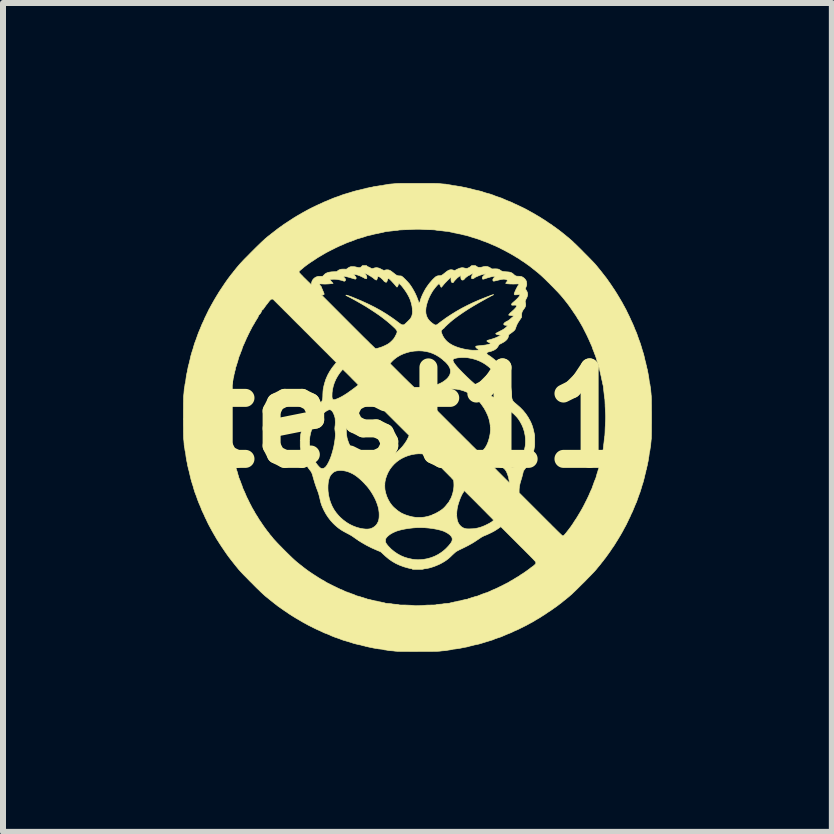
<source format=kicad_pcb>
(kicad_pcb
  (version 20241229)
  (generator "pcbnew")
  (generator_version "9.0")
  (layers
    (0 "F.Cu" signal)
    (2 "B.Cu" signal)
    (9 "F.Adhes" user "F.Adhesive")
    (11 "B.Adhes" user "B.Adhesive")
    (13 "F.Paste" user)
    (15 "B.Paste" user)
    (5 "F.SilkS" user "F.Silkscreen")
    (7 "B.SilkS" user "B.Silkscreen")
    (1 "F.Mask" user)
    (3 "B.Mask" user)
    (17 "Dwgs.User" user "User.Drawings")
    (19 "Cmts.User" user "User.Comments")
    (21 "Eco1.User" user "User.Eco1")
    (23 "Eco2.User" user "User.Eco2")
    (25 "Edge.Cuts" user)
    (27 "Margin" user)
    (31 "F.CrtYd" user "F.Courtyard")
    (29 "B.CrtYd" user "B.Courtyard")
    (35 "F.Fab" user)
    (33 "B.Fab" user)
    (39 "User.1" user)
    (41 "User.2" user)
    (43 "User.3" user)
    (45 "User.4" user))
  (footprint "test11"
    (layer "F.Cu")
    (at 3.906 3.905)
    (property "Reference" "test11" (at 0 0 0) (layer "F.SilkS") (effects (font (size 1.524 1.524) (thickness 0.3))))
    (attr through_hole)
    (fp_poly (pts (xy 0.056 -3.9) (xy 0.104 -3.9) (xy 0.146 -3.9) (xy 0.184 -3.9) (xy 0.216 -3.9) (xy 0.245 -3.9) (xy 0.269 -3.9) (xy 0.29 -3.899) (xy 0.308 -3.899) (xy 0.323 -3.899) (xy 0.335 -3.898) (xy 0.346 -3.898) (xy 0.355 -3.897) (xy 0.363 -3.896) (xy 0.37 -3.896) (xy 0.375 -3.895) (xy 0.393 -3.893) (xy 0.411 -3.891) (xy 0.428 -3.89) (xy 0.439 -3.889) (xy 0.454 -3.888) (xy 0.471 -3.887) (xy 0.483 -3.884) (xy 0.496 -3.882) (xy 0.512 -3.879) (xy 0.529 -3.877) (xy 0.531 -3.876) (xy 0.546 -3.874) (xy 0.559 -3.872) (xy 0.569 -3.869) (xy 0.571 -3.869) (xy 0.579 -3.866) (xy 0.591 -3.864) (xy 0.606 -3.862) (xy 0.616 -3.861) (xy 0.631 -3.86) (xy 0.642 -3.858) (xy 0.65 -3.857) (xy 0.653 -3.857) (xy 0.657 -3.855) (xy 0.666 -3.854) (xy 0.679 -3.852) (xy 0.693 -3.85) (xy 0.709 -3.848) (xy 0.724 -3.845) (xy 0.737 -3.842) (xy 0.743 -3.841) (xy 0.755 -3.838) (xy 0.768 -3.835) (xy 0.776 -3.834) (xy 0.79 -3.832) (xy 0.803 -3.829) (xy 0.809 -3.828) (xy 0.822 -3.824) (xy 0.836 -3.821) (xy 0.84 -3.82) (xy 0.858 -3.816) (xy 0.88 -3.811) (xy 0.902 -3.805) (xy 0.914 -3.802) (xy 0.928 -3.798) (xy 0.943 -3.794) (xy 0.951 -3.792) (xy 0.974 -3.787) (xy 0.997 -3.782) (xy 1.019 -3.777) (xy 1.039 -3.772) (xy 1.055 -3.768) (xy 1.068 -3.765) (xy 1.075 -3.762) (xy 1.075 -3.762) (xy 1.081 -3.76) (xy 1.092 -3.756) (xy 1.105 -3.751) (xy 1.119 -3.747) (xy 1.131 -3.743) (xy 1.141 -3.74) (xy 1.141 -3.74) (xy 1.167 -3.733) (xy 1.187 -3.728) (xy 1.202 -3.724) (xy 1.212 -3.721) (xy 1.217 -3.719) (xy 1.217 -3.718) (xy 1.223 -3.716) (xy 1.231 -3.713) (xy 1.232 -3.713) (xy 1.241 -3.711) (xy 1.254 -3.706) (xy 1.269 -3.701) (xy 1.282 -3.695) (xy 1.287 -3.692) (xy 1.29 -3.691) (xy 1.295 -3.69) (xy 1.302 -3.687) (xy 1.312 -3.684) (xy 1.325 -3.679) (xy 1.343 -3.673) (xy 1.366 -3.665) (xy 1.381 -3.66) (xy 1.392 -3.657) (xy 1.403 -3.652) (xy 1.405 -3.651) (xy 1.431 -3.64) (xy 1.458 -3.628) (xy 1.486 -3.616) (xy 1.518 -3.603) (xy 1.55 -3.591) (xy 1.559 -3.587) (xy 1.572 -3.581) (xy 1.587 -3.574) (xy 1.596 -3.569) (xy 1.61 -3.562) (xy 1.622 -3.557) (xy 1.631 -3.553) (xy 1.635 -3.551) (xy 1.64 -3.549) (xy 1.65 -3.545) (xy 1.664 -3.538) (xy 1.683 -3.529) (xy 1.708 -3.517) (xy 1.738 -3.503) (xy 1.773 -3.486) (xy 1.788 -3.478) (xy 1.799 -3.473) (xy 1.813 -3.465) (xy 1.832 -3.455) (xy 1.853 -3.443) (xy 1.876 -3.43) (xy 1.9 -3.417) (xy 1.925 -3.403) (xy 1.95 -3.389) (xy 1.973 -3.375) (xy 1.995 -3.362) (xy 2.014 -3.351) (xy 2.029 -3.342) (xy 2.041 -3.335) (xy 2.046 -3.332) (xy 2.055 -3.326) (xy 2.067 -3.318) (xy 2.08 -3.31) (xy 2.084 -3.307) (xy 2.098 -3.299) (xy 2.114 -3.289) (xy 2.129 -3.279) (xy 2.144 -3.269) (xy 2.156 -3.261) (xy 2.166 -3.254) (xy 2.172 -3.25) (xy 2.173 -3.249) (xy 2.176 -3.246) (xy 2.184 -3.241) (xy 2.194 -3.234) (xy 2.203 -3.229) (xy 2.217 -3.22) (xy 2.23 -3.212) (xy 2.24 -3.205) (xy 2.244 -3.201) (xy 2.254 -3.193) (xy 2.265 -3.186) (xy 2.268 -3.184) (xy 2.272 -3.181) (xy 2.277 -3.178) (xy 2.284 -3.173) (xy 2.292 -3.167) (xy 2.303 -3.159) (xy 2.318 -3.148) (xy 2.336 -3.135) (xy 2.359 -3.118) (xy 2.362 -3.115) (xy 2.373 -3.107) (xy 2.387 -3.096) (xy 2.403 -3.084) (xy 2.42 -3.07) (xy 2.436 -3.057) (xy 2.452 -3.044) (xy 2.465 -3.034) (xy 2.475 -3.025) (xy 2.48 -3.021) (xy 2.49 -3.013) (xy 2.501 -3.004) (xy 2.503 -3.002) (xy 2.51 -2.997) (xy 2.521 -2.988) (xy 2.533 -2.977) (xy 2.544 -2.968) (xy 2.553 -2.96) (xy 2.561 -2.953) (xy 2.569 -2.946) (xy 2.578 -2.938) (xy 2.588 -2.929) (xy 2.599 -2.917) (xy 2.614 -2.903) (xy 2.632 -2.887) (xy 2.653 -2.866) (xy 2.657 -2.862) (xy 2.668 -2.852) (xy 2.682 -2.837) (xy 2.7 -2.82) (xy 2.72 -2.8) (xy 2.742 -2.778) (xy 2.765 -2.754) (xy 2.789 -2.73) (xy 2.813 -2.706) (xy 2.836 -2.683) (xy 2.857 -2.661) (xy 2.876 -2.642) (xy 2.893 -2.624) (xy 2.907 -2.61) (xy 2.915 -2.602) (xy 2.925 -2.591) (xy 2.934 -2.582) (xy 2.94 -2.575) (xy 2.943 -2.572) (xy 2.943 -2.572) (xy 2.949 -2.566) (xy 2.958 -2.556) (xy 2.968 -2.544) (xy 2.979 -2.531) (xy 2.99 -2.518) (xy 2.998 -2.508) (xy 3.003 -2.502) (xy 3.01 -2.493) (xy 3.02 -2.481) (xy 3.032 -2.466) (xy 3.045 -2.45) (xy 3.055 -2.438) (xy 3.067 -2.422) (xy 3.08 -2.406) (xy 3.091 -2.391) (xy 3.101 -2.38) (xy 3.105 -2.373) (xy 3.112 -2.364) (xy 3.118 -2.357) (xy 3.121 -2.353) (xy 3.121 -2.353) (xy 3.125 -2.348) (xy 3.132 -2.339) (xy 3.141 -2.328) (xy 3.15 -2.315) (xy 3.16 -2.301) (xy 3.17 -2.288) (xy 3.174 -2.281) (xy 3.184 -2.267) (xy 3.194 -2.253) (xy 3.203 -2.241) (xy 3.206 -2.235) (xy 3.214 -2.225) (xy 3.223 -2.211) (xy 3.233 -2.197) (xy 3.238 -2.189) (xy 3.248 -2.174) (xy 3.259 -2.157) (xy 3.269 -2.142) (xy 3.273 -2.137) (xy 3.288 -2.114) (xy 3.304 -2.088) (xy 3.321 -2.062) (xy 3.336 -2.036) (xy 3.35 -2.014) (xy 3.352 -2.01) (xy 3.362 -1.993) (xy 3.373 -1.975) (xy 3.383 -1.957) (xy 3.387 -1.951) (xy 3.396 -1.936) (xy 3.407 -1.917) (xy 3.417 -1.899) (xy 3.422 -1.889) (xy 3.431 -1.872) (xy 3.442 -1.853) (xy 3.452 -1.835) (xy 3.456 -1.826) (xy 3.463 -1.814) (xy 3.469 -1.804) (xy 3.472 -1.797) (xy 3.473 -1.795) (xy 3.475 -1.792) (xy 3.479 -1.784) (xy 3.484 -1.772) (xy 3.492 -1.756) (xy 3.501 -1.738) (xy 3.508 -1.723) (xy 3.518 -1.703) (xy 3.528 -1.683) (xy 3.536 -1.665) (xy 3.543 -1.65) (xy 3.548 -1.639) (xy 3.55 -1.635) (xy 3.554 -1.624) (xy 3.561 -1.61) (xy 3.568 -1.595) (xy 3.571 -1.589) (xy 3.577 -1.576) (xy 3.584 -1.561) (xy 3.591 -1.545) (xy 3.598 -1.529) (xy 3.604 -1.514) (xy 3.609 -1.502) (xy 3.612 -1.493) (xy 3.613 -1.489) (xy 3.614 -1.485) (xy 3.618 -1.477) (xy 3.623 -1.466) (xy 3.626 -1.458) (xy 3.637 -1.434) (xy 3.647 -1.411) (xy 3.656 -1.387) (xy 3.665 -1.36) (xy 3.67 -1.345) (xy 3.677 -1.326) (xy 3.684 -1.307) (xy 3.69 -1.288) (xy 3.696 -1.275) (xy 3.709 -1.238) (xy 3.722 -1.197) (xy 3.732 -1.164) (xy 3.743 -1.126) (xy 3.754 -1.092) (xy 3.755 -1.087) (xy 3.761 -1.072) (xy 3.766 -1.053) (xy 3.772 -1.029) (xy 3.779 -1.001) (xy 3.786 -0.967) (xy 3.788 -0.961) (xy 3.791 -0.946) (xy 3.795 -0.932) (xy 3.798 -0.922) (xy 3.799 -0.918) (xy 3.802 -0.908) (xy 3.804 -0.898) (xy 3.804 -0.897) (xy 3.805 -0.888) (xy 3.808 -0.877) (xy 3.809 -0.875) (xy 3.812 -0.864) (xy 3.815 -0.851) (xy 3.817 -0.843) (xy 3.819 -0.83) (xy 3.822 -0.817) (xy 3.824 -0.811) (xy 3.827 -0.8) (xy 3.83 -0.787) (xy 3.831 -0.783) (xy 3.832 -0.772) (xy 3.835 -0.758) (xy 3.838 -0.743) (xy 3.839 -0.74) (xy 3.842 -0.721) (xy 3.847 -0.698) (xy 3.851 -0.673) (xy 3.854 -0.649) (xy 3.857 -0.626) (xy 3.859 -0.608) (xy 3.859 -0.608) (xy 3.861 -0.594) (xy 3.863 -0.582) (xy 3.865 -0.574) (xy 3.868 -0.565) (xy 3.871 -0.553) (xy 3.872 -0.543) (xy 3.874 -0.528) (xy 3.877 -0.512) (xy 3.879 -0.5) (xy 3.881 -0.488) (xy 3.883 -0.472) (xy 3.885 -0.453) (xy 3.886 -0.437) (xy 3.888 -0.417) (xy 3.89 -0.397) (xy 3.891 -0.378) (xy 3.893 -0.365) (xy 3.894 -0.357) (xy 3.894 -0.343) (xy 3.895 -0.323) (xy 3.896 -0.299) (xy 3.896 -0.271) (xy 3.896 -0.239) (xy 3.897 -0.203) (xy 3.897 -0.166) (xy 3.897 -0.126) (xy 3.898 -0.085) (xy 3.898 -0.042) (xy 3.898 0.001) (xy 3.898 0.044) (xy 3.898 0.086) (xy 3.897 0.127) (xy 3.897 0.167) (xy 3.897 0.204) (xy 3.897 0.239) (xy 3.896 0.271) (xy 3.896 0.299) (xy 3.895 0.323) (xy 3.895 0.342) (xy 3.894 0.356) (xy 3.893 0.363) (xy 3.893 0.364) (xy 3.891 0.377) (xy 3.89 0.394) (xy 3.888 0.413) (xy 3.886 0.432) (xy 3.886 0.433) (xy 3.885 0.451) (xy 3.883 0.466) (xy 3.882 0.479) (xy 3.88 0.488) (xy 3.88 0.489) (xy 3.878 0.497) (xy 3.876 0.509) (xy 3.874 0.524) (xy 3.873 0.53) (xy 3.871 0.545) (xy 3.869 0.558) (xy 3.866 0.568) (xy 3.865 0.571) (xy 3.863 0.579) (xy 3.861 0.591) (xy 3.859 0.606) (xy 3.858 0.617) (xy 3.856 0.631) (xy 3.855 0.643) (xy 3.854 0.651) (xy 3.853 0.653) (xy 3.852 0.657) (xy 3.851 0.666) (xy 3.849 0.679) (xy 3.847 0.694) (xy 3.847 0.694) (xy 3.844 0.71) (xy 3.842 0.725) (xy 3.839 0.738) (xy 3.837 0.745) (xy 3.835 0.755) (xy 3.832 0.768) (xy 3.831 0.778) (xy 3.829 0.79) (xy 3.826 0.802) (xy 3.824 0.808) (xy 3.822 0.817) (xy 3.819 0.829) (xy 3.818 0.835) (xy 3.816 0.849) (xy 3.812 0.864) (xy 3.81 0.869) (xy 3.806 0.88) (xy 3.804 0.89) (xy 3.804 0.895) (xy 3.803 0.902) (xy 3.8 0.913) (xy 3.797 0.922) (xy 3.794 0.934) (xy 3.79 0.95) (xy 3.786 0.966) (xy 3.784 0.973) (xy 3.781 0.989) (xy 3.777 1.005) (xy 3.774 1.018) (xy 3.773 1.022) (xy 3.769 1.036) (xy 3.765 1.052) (xy 3.764 1.057) (xy 3.761 1.068) (xy 3.757 1.082) (xy 3.752 1.098) (xy 3.748 1.108) (xy 3.743 1.125) (xy 3.737 1.143) (xy 3.733 1.158) (xy 3.731 1.165) (xy 3.721 1.198) (xy 3.712 1.226) (xy 3.705 1.249) (xy 3.698 1.267) (xy 3.692 1.281) (xy 3.686 1.299) (xy 3.679 1.318) (xy 3.672 1.338) (xy 3.665 1.357) (xy 3.66 1.373) (xy 3.656 1.384) (xy 3.656 1.384) (xy 3.653 1.394) (xy 3.648 1.407) (xy 3.642 1.421) (xy 3.64 1.424) (xy 3.634 1.438) (xy 3.626 1.456) (xy 3.617 1.477) (xy 3.608 1.5) (xy 3.598 1.523) (xy 3.589 1.546) (xy 3.588 1.55) (xy 3.584 1.559) (xy 3.578 1.572) (xy 3.571 1.586) (xy 3.566 1.596) (xy 3.559 1.609) (xy 3.554 1.622) (xy 3.55 1.631) (xy 3.548 1.635) (xy 3.546 1.64) (xy 3.542 1.65) (xy 3.535 1.664) (xy 3.527 1.68) (xy 3.518 1.699) (xy 3.511 1.714) (xy 3.502 1.733) (xy 3.493 1.751) (xy 3.486 1.766) (xy 3.481 1.777) (xy 3.477 1.784) (xy 3.477 1.786) (xy 3.475 1.789) (xy 3.471 1.796) (xy 3.465 1.807) (xy 3.458 1.82) (xy 3.448 1.837) (xy 3.437 1.858) (xy 3.427 1.877) (xy 3.422 1.886) (xy 3.414 1.902) (xy 3.403 1.92) (xy 3.392 1.94) (xy 3.381 1.959) (xy 3.38 1.961) (xy 3.37 1.977) (xy 3.36 1.994) (xy 3.35 2.01) (xy 3.343 2.022) (xy 3.342 2.024) (xy 3.326 2.05) (xy 3.31 2.075) (xy 3.295 2.1) (xy 3.281 2.122) (xy 3.269 2.141) (xy 3.258 2.156) (xy 3.254 2.163) (xy 3.244 2.176) (xy 3.235 2.189) (xy 3.227 2.201) (xy 3.226 2.203) (xy 3.22 2.212) (xy 3.212 2.224) (xy 3.202 2.239) (xy 3.19 2.255) (xy 3.178 2.273) (xy 3.165 2.29) (xy 3.153 2.307) (xy 3.142 2.322) (xy 3.133 2.335) (xy 3.126 2.344) (xy 3.122 2.349) (xy 3.121 2.349) (xy 3.119 2.353) (xy 3.113 2.36) (xy 3.108 2.366) (xy 3.1 2.377) (xy 3.091 2.39) (xy 3.081 2.401) (xy 3.071 2.414) (xy 3.059 2.429) (xy 3.05 2.442) (xy 3.04 2.453) (xy 3.031 2.465) (xy 3.023 2.474) (xy 3.023 2.475) (xy 3.014 2.485) (xy 3.004 2.497) (xy 3 2.502) (xy 2.987 2.518) (xy 2.974 2.534) (xy 2.96 2.55) (xy 2.943 2.569) (xy 2.923 2.59) (xy 2.916 2.597) (xy 2.896 2.618) (xy 2.874 2.641) (xy 2.849 2.666) (xy 2.823 2.693) (xy 2.796 2.721) (xy 2.768 2.749) (xy 2.739 2.777) (xy 2.711 2.805) (xy 2.684 2.832) (xy 2.658 2.858) (xy 2.633 2.882) (xy 2.611 2.903) (xy 2.591 2.922) (xy 2.575 2.938) (xy 2.562 2.95) (xy 2.554 2.956) (xy 2.544 2.965) (xy 2.534 2.974) (xy 2.53 2.977) (xy 2.522 2.984) (xy 2.51 2.994) (xy 2.495 3.006) (xy 2.48 3.019) (xy 2.465 3.031) (xy 2.451 3.042) (xy 2.44 3.05) (xy 2.44 3.05) (xy 2.436 3.053) (xy 2.429 3.059) (xy 2.42 3.067) (xy 2.419 3.067) (xy 2.41 3.075) (xy 2.397 3.086) (xy 2.381 3.098) (xy 2.363 3.111) (xy 2.345 3.125) (xy 2.328 3.138) (xy 2.312 3.15) (xy 2.298 3.16) (xy 2.287 3.167) (xy 2.283 3.17) (xy 2.274 3.176) (xy 2.262 3.185) (xy 2.249 3.194) (xy 2.24 3.201) (xy 2.226 3.21) (xy 2.213 3.22) (xy 2.201 3.227) (xy 2.196 3.231) (xy 2.185 3.237) (xy 2.177 3.242) (xy 2.173 3.245) (xy 2.167 3.249) (xy 2.157 3.256) (xy 2.144 3.265) (xy 2.129 3.275) (xy 2.113 3.286) (xy 2.098 3.295) (xy 2.084 3.304) (xy 2.073 3.311) (xy 2.069 3.314) (xy 2.06 3.319) (xy 2.05 3.326) (xy 2.048 3.327) (xy 2.041 3.332) (xy 2.029 3.339) (xy 2.016 3.347) (xy 2.003 3.354) (xy 1.988 3.363) (xy 1.971 3.373) (xy 1.957 3.381) (xy 1.949 3.387) (xy 1.942 3.391) (xy 1.934 3.396) (xy 1.926 3.4) (xy 1.916 3.406) (xy 1.904 3.413) (xy 1.888 3.421) (xy 1.868 3.432) (xy 1.848 3.443) (xy 1.837 3.449) (xy 1.827 3.454) (xy 1.822 3.457) (xy 1.821 3.458) (xy 1.817 3.46) (xy 1.808 3.465) (xy 1.795 3.471) (xy 1.779 3.479) (xy 1.761 3.488) (xy 1.742 3.498) (xy 1.722 3.507) (xy 1.703 3.517) (xy 1.685 3.526) (xy 1.668 3.534) (xy 1.655 3.54) (xy 1.645 3.544) (xy 1.64 3.546) (xy 1.64 3.546) (xy 1.635 3.548) (xy 1.627 3.552) (xy 1.614 3.557) (xy 1.6 3.564) (xy 1.584 3.572) (xy 1.584 3.572) (xy 1.571 3.578) (xy 1.559 3.584) (xy 1.549 3.588) (xy 1.547 3.589) (xy 1.532 3.595) (xy 1.511 3.603) (xy 1.488 3.612) (xy 1.463 3.623) (xy 1.437 3.634) (xy 1.412 3.645) (xy 1.402 3.65) (xy 1.393 3.653) (xy 1.381 3.657) (xy 1.378 3.659) (xy 1.351 3.667) (xy 1.33 3.674) (xy 1.314 3.68) (xy 1.301 3.684) (xy 1.292 3.687) (xy 1.287 3.689) (xy 1.267 3.698) (xy 1.25 3.705) (xy 1.237 3.709) (xy 1.23 3.711) (xy 1.219 3.714) (xy 1.206 3.718) (xy 1.203 3.719) (xy 1.192 3.723) (xy 1.178 3.727) (xy 1.17 3.729) (xy 1.159 3.732) (xy 1.145 3.737) (xy 1.128 3.742) (xy 1.113 3.747) (xy 1.096 3.752) (xy 1.08 3.757) (xy 1.066 3.761) (xy 1.057 3.764) (xy 1.047 3.766) (xy 1.039 3.769) (xy 1.036 3.77) (xy 1.031 3.772) (xy 1.022 3.774) (xy 1.011 3.777) (xy 0.983 3.782) (xy 0.962 3.787) (xy 0.945 3.79) (xy 0.932 3.794) (xy 0.923 3.796) (xy 0.916 3.798) (xy 0.916 3.798) (xy 0.904 3.802) (xy 0.892 3.804) (xy 0.889 3.805) (xy 0.877 3.807) (xy 0.866 3.81) (xy 0.863 3.811) (xy 0.852 3.815) (xy 0.836 3.819) (xy 0.813 3.824) (xy 0.785 3.829) (xy 0.776 3.83) (xy 0.762 3.833) (xy 0.749 3.836) (xy 0.74 3.838) (xy 0.739 3.838) (xy 0.73 3.84) (xy 0.716 3.843) (xy 0.699 3.846) (xy 0.679 3.849) (xy 0.658 3.852) (xy 0.638 3.855) (xy 0.62 3.857) (xy 0.614 3.858) (xy 0.599 3.859) (xy 0.585 3.862) (xy 0.574 3.864) (xy 0.57 3.865) (xy 0.561 3.868) (xy 0.549 3.87) (xy 0.536 3.872) (xy 0.521 3.874) (xy 0.503 3.877) (xy 0.487 3.88) (xy 0.471 3.883) (xy 0.452 3.885) (xy 0.435 3.886) (xy 0.419 3.887) (xy 0.4 3.889) (xy 0.382 3.891) (xy 0.378 3.892) (xy 0.372 3.892) (xy 0.366 3.893) (xy 0.358 3.894) (xy 0.349 3.894) (xy 0.337 3.895) (xy 0.324 3.895) (xy 0.307 3.896) (xy 0.287 3.896) (xy 0.263 3.896) (xy 0.236 3.897) (xy 0.204 3.897) (xy 0.167 3.897) (xy 0.126 3.897) (xy 0.078 3.897) (xy 0.025 3.897) (xy 0.024 3.897) (xy -0.022 3.898) (xy -0.066 3.898) (xy -0.109 3.898) (xy -0.149 3.897) (xy -0.187 3.897) (xy -0.222 3.897) (xy -0.253 3.897) (xy -0.28 3.897) (xy -0.302 3.896) (xy -0.319 3.896) (xy -0.331 3.896) (xy -0.335 3.896) (xy -0.352 3.894) (xy -0.37 3.893) (xy -0.385 3.891) (xy -0.392 3.89) (xy -0.407 3.888) (xy -0.424 3.887) (xy -0.44 3.886) (xy -0.456 3.885) (xy -0.475 3.883) (xy -0.491 3.88) (xy -0.507 3.877) (xy -0.524 3.874) (xy -0.539 3.872) (xy -0.552 3.871) (xy -0.564 3.868) (xy -0.572 3.865) (xy -0.572 3.865) (xy -0.579 3.863) (xy -0.591 3.861) (xy -0.607 3.859) (xy -0.619 3.858) (xy -0.634 3.856) (xy -0.647 3.855) (xy -0.656 3.854) (xy -0.66 3.853) (xy -0.664 3.852) (xy -0.673 3.85) (xy -0.686 3.848) (xy -0.698 3.847) (xy -0.713 3.844) (xy -0.726 3.842) (xy -0.737 3.84) (xy -0.741 3.839) (xy -0.749 3.837) (xy -0.76 3.834) (xy -0.774 3.832) (xy -0.78 3.831) (xy -0.793 3.828) (xy -0.804 3.826) (xy -0.811 3.825) (xy -0.813 3.824) (xy -0.817 3.823) (xy -0.826 3.821) (xy -0.838 3.818) (xy -0.839 3.818) (xy -0.853 3.815) (xy -0.866 3.812) (xy -0.875 3.809) (xy -0.885 3.806) (xy -0.894 3.804) (xy -0.896 3.804) (xy -0.904 3.803) (xy -0.915 3.8) (xy -0.921 3.798) (xy -0.934 3.794) (xy -0.947 3.79) (xy -0.953 3.789) (xy -0.964 3.787) (xy -0.978 3.784) (xy -0.984 3.783) (xy -1.018 3.775) (xy -1.045 3.768) (xy -1.061 3.764) (xy -1.072 3.761) (xy -1.081 3.758) (xy -1.085 3.756) (xy -1.091 3.754) (xy -1.103 3.75) (xy -1.12 3.745) (xy -1.141 3.738) (xy -1.167 3.731) (xy -1.189 3.724) (xy -1.21 3.718) (xy -1.227 3.713) (xy -1.239 3.71) (xy -1.249 3.706) (xy -1.258 3.703) (xy -1.268 3.699) (xy -1.276 3.696) (xy -1.288 3.691) (xy -1.304 3.685) (xy -1.322 3.679) (xy -1.341 3.672) (xy -1.351 3.669) (xy -1.375 3.661) (xy -1.395 3.653) (xy -1.412 3.646) (xy -1.431 3.639) (xy -1.451 3.629) (xy -1.46 3.625) (xy -1.473 3.619) (xy -1.49 3.612) (xy -1.51 3.604) (xy -1.532 3.596) (xy -1.551 3.589) (xy -1.56 3.585) (xy -1.572 3.579) (xy -1.585 3.573) (xy -1.587 3.572) (xy -1.6 3.566) (xy -1.616 3.558) (xy -1.634 3.55) (xy -1.649 3.543) (xy -1.666 3.536) (xy -1.683 3.528) (xy -1.698 3.521) (xy -1.708 3.516) (xy -1.718 3.511) (xy -1.733 3.504) (xy -1.75 3.495) (xy -1.767 3.486) (xy -1.775 3.483) (xy -1.792 3.474) (xy -1.809 3.466) (xy -1.824 3.458) (xy -1.835 3.452) (xy -1.838 3.45) (xy -1.849 3.444) (xy -1.863 3.436) (xy -1.878 3.428) (xy -1.888 3.423) (xy -1.903 3.415) (xy -1.921 3.404) (xy -1.94 3.393) (xy -1.958 3.383) (xy -1.961 3.381) (xy -1.977 3.371) (xy -1.994 3.361) (xy -2.009 3.353) (xy -2.021 3.346) (xy -2.023 3.344) (xy -2.038 3.336) (xy -2.055 3.325) (xy -2.074 3.313) (xy -2.094 3.301) (xy -2.114 3.288) (xy -2.131 3.277) (xy -2.147 3.267) (xy -2.158 3.259) (xy -2.162 3.256) (xy -2.174 3.247) (xy -2.188 3.238) (xy -2.202 3.229) (xy -2.215 3.22) (xy -2.229 3.211) (xy -2.241 3.202) (xy -2.252 3.194) (xy -2.266 3.185) (xy -2.28 3.175) (xy -2.284 3.172) (xy -2.301 3.16) (xy -2.317 3.149) (xy -2.331 3.139) (xy -2.342 3.13) (xy -2.349 3.124) (xy -2.35 3.124) (xy -2.355 3.12) (xy -2.363 3.113) (xy -2.372 3.107) (xy -2.38 3.101) (xy -2.392 3.091) (xy -2.406 3.08) (xy -2.422 3.067) (xy -2.436 3.056) (xy -2.452 3.043) (xy -2.469 3.03) (xy -2.483 3.018) (xy -2.495 3.008) (xy -2.502 3.003) (xy -2.519 2.989) (xy -2.539 2.973) (xy -2.561 2.953) (xy -2.585 2.931) (xy -2.613 2.905) (xy -2.643 2.875) (xy -2.678 2.842) (xy -2.716 2.804) (xy -2.757 2.762) (xy -2.791 2.729) (xy -2.822 2.697) (xy -2.85 2.668) (xy -2.874 2.644) (xy -2.896 2.622) (xy -2.914 2.603) (xy -2.93 2.586) (xy -2.944 2.571) (xy -2.957 2.557) (xy -2.969 2.543) (xy -2.981 2.53) (xy -2.992 2.516) (xy -3.002 2.504) (xy -3.04 2.457) (xy -3.077 2.41) (xy -3.113 2.364) (xy -3.147 2.32) (xy -3.178 2.277) (xy -3.205 2.238) (xy -3.222 2.213) (xy -3.231 2.2) (xy -3.239 2.187) (xy -3.246 2.177) (xy -3.248 2.175) (xy -3.266 2.148) (xy -3.281 2.125) (xy -3.293 2.107) (xy -3.302 2.093) (xy -3.309 2.082) (xy -3.313 2.075) (xy -3.32 2.064) (xy -3.327 2.053) (xy -3.33 2.049) (xy -3.334 2.043) (xy -3.341 2.032) (xy -3.349 2.019) (xy -3.358 2.004) (xy -3.359 2.001) (xy -3.377 1.97) (xy -3.392 1.945) (xy -3.404 1.923) (xy -3.414 1.906) (xy -3.422 1.892) (xy -3.428 1.881) (xy -3.432 1.873) (xy -3.435 1.868) (xy -3.436 1.866) (xy -3.44 1.858) (xy -3.447 1.846) (xy -3.455 1.832) (xy -3.461 1.82) (xy -3.468 1.807) (xy -3.474 1.796) (xy -3.478 1.789) (xy -3.48 1.786) (xy -3.481 1.783) (xy -3.485 1.775) (xy -3.491 1.763) (xy -3.498 1.748) (xy -3.507 1.73) (xy -3.513 1.716) (xy -3.523 1.695) (xy -3.533 1.676) (xy -3.541 1.659) (xy -3.547 1.644) (xy -3.552 1.634) (xy -3.553 1.63) (xy -3.558 1.62) (xy -3.564 1.606) (xy -3.571 1.592) (xy -3.572 1.59) (xy -3.579 1.576) (xy -3.585 1.563) (xy -3.59 1.552) (xy -3.591 1.55) (xy -3.602 1.523) (xy -3.611 1.498) (xy -3.621 1.475) (xy -3.631 1.451) (xy -3.637 1.438) (xy -3.646 1.417) (xy -3.655 1.393) (xy -3.665 1.368) (xy -3.672 1.346) (xy -3.673 1.345) (xy -3.679 1.326) (xy -3.686 1.306) (xy -3.693 1.288) (xy -3.699 1.274) (xy -3.7 1.271) (xy -3.705 1.257) (xy -3.71 1.245) (xy -3.713 1.236) (xy -3.713 1.234) (xy -3.716 1.224) (xy -3.719 1.213) (xy -3.72 1.213) (xy -3.722 1.205) (xy -3.726 1.193) (xy -3.73 1.179) (xy -3.732 1.17) (xy -3.736 1.155) (xy -3.741 1.139) (xy -3.745 1.127) (xy -3.746 1.122) (xy -3.751 1.11) (xy -3.755 1.097) (xy -3.756 1.092) (xy -3.759 1.083) (xy -3.761 1.076) (xy -3.762 1.075) (xy -3.764 1.07) (xy -3.766 1.061) (xy -3.767 1.057) (xy -3.769 1.047) (xy -3.771 1.04) (xy -3.772 1.038) (xy -3.774 1.033) (xy -3.776 1.023) (xy -3.779 1.01) (xy -3.783 0.995) (xy -3.783 0.994) (xy -3.787 0.977) (xy -3.791 0.96) (xy -3.794 0.946) (xy -3.796 0.937) (xy -3.8 0.923) (xy -3.803 0.909) (xy -3.804 0.903) (xy -3.807 0.891) (xy -3.811 0.876) (xy -3.813 0.87) (xy -3.817 0.857) (xy -3.82 0.844) (xy -3.821 0.838) (xy -3.823 0.826) (xy -3.827 0.812) (xy -3.828 0.81) (xy -3.831 0.797) (xy -3.833 0.783) (xy -3.834 0.779) (xy -3.835 0.769) (xy -3.838 0.754) (xy -3.841 0.739) (xy -3.842 0.737) (xy -3.848 0.707) (xy -3.853 0.676) (xy -3.858 0.644) (xy -3.861 0.616) (xy -3.861 0.614) (xy -3.863 0.599) (xy -3.865 0.585) (xy -3.868 0.574) (xy -3.868 0.572) (xy -3.871 0.562) (xy -3.874 0.548) (xy -3.876 0.533) (xy -3.876 0.528) (xy -3.878 0.514) (xy -3.881 0.501) (xy -3.883 0.492) (xy -3.883 0.49) (xy -3.885 0.484) (xy -3.886 0.473) (xy -3.888 0.458) (xy -3.889 0.441) (xy -3.889 0.433) (xy -3.891 0.414) (xy -3.892 0.395) (xy -3.894 0.377) (xy -3.896 0.363) (xy -3.896 0.36) (xy -3.897 0.353) (xy -3.898 0.339) (xy -3.898 0.32) (xy -3.899 0.297) (xy -3.899 0.269) (xy -3.9 0.238) (xy -3.9 0.203) (xy -3.9 0.166) (xy -3.901 0.126) (xy -3.901 0.085) (xy -3.901 0.043) (xy -3.901 0.005) (xy -3.138 0.005) (xy -3.138 0.026) (xy -3.137 0.046) (xy -3.135 0.063) (xy -3.135 0.068) (xy -3.133 0.077) (xy -3.132 0.092) (xy -3.131 0.11) (xy -3.13 0.133) (xy -3.129 0.158) (xy -3.129 0.186) (xy -3.129 0.197) (xy -3.128 0.229) (xy -3.127 0.254) (xy -3.126 0.275) (xy -3.125 0.29) (xy -3.124 0.302) (xy -3.123 0.309) (xy -3.122 0.312) (xy -3.121 0.318) (xy -3.119 0.329) (xy -3.117 0.343) (xy -3.115 0.36) (xy -3.115 0.364) (xy -3.113 0.382) (xy -3.112 0.399) (xy -3.11 0.414) (xy -3.109 0.424) (xy -3.108 0.425) (xy -3.107 0.435) (xy -3.105 0.449) (xy -3.104 0.466) (xy -3.102 0.484) (xy -3.102 0.487) (xy -3.1 0.506) (xy -3.098 0.522) (xy -3.096 0.534) (xy -3.094 0.54) (xy -3.091 0.548) (xy -3.088 0.56) (xy -3.086 0.571) (xy -3.084 0.584) (xy -3.081 0.596) (xy -3.078 0.604) (xy -3.075 0.615) (xy -3.073 0.628) (xy -3.073 0.629) (xy -3.072 0.64) (xy -3.069 0.653) (xy -3.067 0.66) (xy -3.063 0.673) (xy -3.061 0.687) (xy -3.061 0.693) (xy -3.059 0.708) (xy -3.055 0.722) (xy -3.054 0.723) (xy -3.05 0.734) (xy -3.048 0.744) (xy -3.048 0.747) (xy -3.047 0.755) (xy -3.044 0.766) (xy -3.042 0.774) (xy -3.038 0.788) (xy -3.035 0.803) (xy -3.034 0.81) (xy -3.032 0.822) (xy -3.028 0.835) (xy -3.026 0.84) (xy -3.021 0.851) (xy -3.017 0.863) (xy -3.017 0.865) (xy -3.014 0.876) (xy -3.011 0.886) (xy -3.01 0.887) (xy -3.001 0.914) (xy -2.994 0.94) (xy -2.993 0.946) (xy -2.99 0.957) (xy -2.987 0.966) (xy -2.985 0.97) (xy -2.983 0.977) (xy -2.98 0.987) (xy -2.98 0.991) (xy -2.977 1.002) (xy -2.973 1.013) (xy -2.971 1.015) (xy -2.968 1.023) (xy -2.966 1.029) (xy -2.965 1.03) (xy -2.964 1.035) (xy -2.961 1.042) (xy -2.96 1.043) (xy -2.956 1.053) (xy -2.952 1.064) (xy -2.951 1.065) (xy -2.943 1.088) (xy -2.937 1.105) (xy -2.933 1.116) (xy -2.931 1.12) (xy -2.928 1.126) (xy -2.925 1.136) (xy -2.923 1.141) (xy -2.914 1.17) (xy -2.904 1.194) (xy -2.902 1.199) (xy -2.896 1.211) (xy -2.889 1.226) (xy -2.882 1.242) (xy -2.875 1.257) (xy -2.87 1.269) (xy -2.867 1.276) (xy -2.864 1.285) (xy -2.861 1.29) (xy -2.861 1.291) (xy -2.858 1.296) (xy -2.856 1.303) (xy -2.853 1.312) (xy -2.85 1.318) (xy -2.846 1.324) (xy -2.842 1.333) (xy -2.842 1.334) (xy -2.838 1.343) (xy -2.834 1.349) (xy -2.834 1.35) (xy -2.83 1.355) (xy -2.829 1.357) (xy -2.828 1.361) (xy -2.824 1.369) (xy -2.818 1.381) (xy -2.812 1.395) (xy -2.804 1.41) (xy -2.797 1.425) (xy -2.79 1.439) (xy -2.783 1.451) (xy -2.779 1.46) (xy -2.778 1.46) (xy -2.775 1.467) (xy -2.772 1.473) (xy -2.767 1.483) (xy -2.761 1.496) (xy -2.752 1.51) (xy -2.744 1.525) (xy -2.737 1.537) (xy -2.733 1.543) (xy -2.727 1.553) (xy -2.721 1.563) (xy -2.719 1.566) (xy -2.714 1.577) (xy -2.706 1.592) (xy -2.695 1.61) (xy -2.681 1.632) (xy -2.671 1.647) (xy -2.664 1.658) (xy -2.658 1.668) (xy -2.655 1.674) (xy -2.654 1.676) (xy -2.653 1.679) (xy -2.648 1.686) (xy -2.643 1.694) (xy -2.635 1.706) (xy -2.626 1.719) (xy -2.62 1.727) (xy -2.604 1.751) (xy -2.591 1.771) (xy -2.581 1.786) (xy -2.573 1.797) (xy -2.568 1.805) (xy -2.564 1.811) (xy -2.562 1.813) (xy -2.558 1.819) (xy -2.551 1.828) (xy -2.543 1.84) (xy -2.535 1.851) (xy -2.524 1.865) (xy -2.514 1.88) (xy -2.504 1.892) (xy -2.499 1.899) (xy -2.489 1.91) (xy -2.48 1.922) (xy -2.474 1.93) (xy -2.467 1.94) (xy -2.461 1.948) (xy -2.459 1.951) (xy -2.451 1.96) (xy -2.442 1.97) (xy -2.432 1.982) (xy -2.424 1.992) (xy -2.417 2) (xy -2.415 2.003) (xy -2.409 2.012) (xy -2.398 2.024) (xy -2.384 2.04) (xy -2.366 2.059) (xy -2.346 2.081) (xy -2.323 2.105) (xy -2.299 2.13) (xy -2.272 2.157) (xy -2.245 2.185) (xy -2.218 2.212) (xy -2.189 2.241) (xy -2.165 2.265) (xy -2.143 2.286) (xy -2.125 2.304) (xy -2.108 2.32) (xy -2.093 2.335) (xy -2.079 2.348) (xy -2.066 2.36) (xy -2.052 2.373) (xy -2.038 2.386) (xy -2.037 2.386) (xy -2.028 2.394) (xy -2.021 2.401) (xy -2.013 2.407) (xy -2.004 2.415) (xy -1.994 2.423) (xy -1.981 2.433) (xy -1.965 2.446) (xy -1.945 2.462) (xy -1.943 2.463) (xy -1.929 2.474) (xy -1.916 2.484) (xy -1.906 2.493) (xy -1.9 2.497) (xy -1.886 2.508) (xy -1.869 2.521) (xy -1.849 2.536) (xy -1.827 2.552) (xy -1.806 2.567) (xy -1.786 2.58) (xy -1.781 2.583) (xy -1.77 2.591) (xy -1.757 2.6) (xy -1.743 2.609) (xy -1.737 2.613) (xy -1.723 2.622) (xy -1.709 2.631) (xy -1.697 2.639) (xy -1.693 2.641) (xy -1.683 2.647) (xy -1.67 2.656) (xy -1.655 2.666) (xy -1.64 2.675) (xy -1.625 2.684) (xy -1.611 2.693) (xy -1.6 2.7) (xy -1.592 2.704) (xy -1.592 2.704) (xy -1.576 2.712) (xy -1.565 2.718) (xy -1.556 2.723) (xy -1.548 2.728) (xy -1.543 2.732) (xy -1.533 2.738) (xy -1.524 2.744) (xy -1.521 2.746) (xy -1.513 2.75) (xy -1.508 2.753) (xy -1.502 2.756) (xy -1.495 2.76) (xy -1.49 2.762) (xy -1.48 2.767) (xy -1.466 2.774) (xy -1.449 2.783) (xy -1.43 2.792) (xy -1.411 2.802) (xy -1.39 2.812) (xy -1.369 2.822) (xy -1.351 2.831) (xy -1.336 2.838) (xy -1.325 2.844) (xy -1.319 2.847) (xy -1.302 2.854) (xy -1.29 2.86) (xy -1.281 2.864) (xy -1.276 2.866) (xy -1.273 2.867) (xy -1.272 2.867) (xy -1.268 2.868) (xy -1.259 2.872) (xy -1.245 2.878) (xy -1.226 2.888) (xy -1.208 2.896) (xy -1.196 2.902) (xy -1.185 2.906) (xy -1.178 2.908) (xy -1.176 2.908) (xy -1.169 2.91) (xy -1.161 2.914) (xy -1.16 2.915) (xy -1.152 2.919) (xy -1.144 2.921) (xy -1.144 2.921) (xy -1.136 2.922) (xy -1.127 2.926) (xy -1.126 2.926) (xy -1.116 2.931) (xy -1.105 2.935) (xy -1.103 2.936) (xy -1.09 2.94) (xy -1.075 2.945) (xy -1.062 2.95) (xy -1.053 2.954) (xy -1.049 2.955) (xy -1.038 2.961) (xy -1.026 2.966) (xy -1.014 2.971) (xy -1.004 2.974) (xy -0.999 2.975) (xy -0.993 2.976) (xy -0.982 2.979) (xy -0.969 2.983) (xy -0.953 2.987) (xy -0.937 2.993) (xy -0.932 2.995) (xy -0.923 2.997) (xy -0.911 3) (xy -0.906 3.002) (xy -0.895 3.005) (xy -0.884 3.009) (xy -0.88 3.011) (xy -0.871 3.015) (xy -0.863 3.016) (xy -0.863 3.016) (xy -0.855 3.018) (xy -0.846 3.021) (xy -0.838 3.025) (xy -0.826 3.028) (xy -0.818 3.029) (xy -0.804 3.032) (xy -0.788 3.036) (xy -0.778 3.038) (xy -0.766 3.042) (xy -0.755 3.044) (xy -0.748 3.045) (xy -0.738 3.046) (xy -0.729 3.05) (xy -0.721 3.053) (xy -0.709 3.055) (xy -0.696 3.057) (xy -0.695 3.057) (xy -0.682 3.059) (xy -0.671 3.061) (xy -0.664 3.064) (xy -0.664 3.064) (xy -0.657 3.066) (xy -0.646 3.069) (xy -0.633 3.071) (xy -0.633 3.071) (xy -0.62 3.073) (xy -0.608 3.075) (xy -0.601 3.078) (xy -0.6 3.078) (xy -0.593 3.08) (xy -0.582 3.083) (xy -0.572 3.084) (xy -0.559 3.086) (xy -0.548 3.089) (xy -0.542 3.091) (xy -0.534 3.094) (xy -0.52 3.096) (xy -0.501 3.098) (xy -0.484 3.099) (xy -0.466 3.1) (xy -0.45 3.102) (xy -0.437 3.103) (xy -0.429 3.105) (xy -0.427 3.105) (xy -0.42 3.107) (xy -0.409 3.108) (xy -0.394 3.11) (xy -0.377 3.111) (xy -0.371 3.112) (xy -0.347 3.113) (xy -0.33 3.115) (xy -0.318 3.118) (xy -0.315 3.119) (xy -0.31 3.121) (xy -0.304 3.122) (xy -0.294 3.123) (xy -0.281 3.124) (xy -0.263 3.124) (xy -0.241 3.124) (xy -0.217 3.124) (xy -0.192 3.125) (xy -0.167 3.126) (xy -0.142 3.127) (xy -0.118 3.128) (xy -0.097 3.129) (xy -0.079 3.131) (xy -0.066 3.132) (xy -0.058 3.134) (xy -0.057 3.134) (xy -0.05 3.135) (xy -0.037 3.136) (xy -0.02 3.136) (xy 0.001 3.135) (xy 0.024 3.135) (xy 0.049 3.133) (xy 0.076 3.132) (xy 0.102 3.13) (xy 0.106 3.13) (xy 0.13 3.128) (xy 0.157 3.126) (xy 0.186 3.125) (xy 0.214 3.125) (xy 0.234 3.124) (xy 0.258 3.124) (xy 0.276 3.124) (xy 0.289 3.123) (xy 0.299 3.123) (xy 0.305 3.121) (xy 0.31 3.12) (xy 0.312 3.119) (xy 0.32 3.116) (xy 0.332 3.114) (xy 0.349 3.113) (xy 0.368 3.111) (xy 0.386 3.11) (xy 0.402 3.109) (xy 0.415 3.107) (xy 0.424 3.106) (xy 0.425 3.105) (xy 0.433 3.104) (xy 0.445 3.102) (xy 0.46 3.101) (xy 0.477 3.099) (xy 0.483 3.099) (xy 0.506 3.097) (xy 0.523 3.095) (xy 0.535 3.093) (xy 0.538 3.092) (xy 0.547 3.089) (xy 0.558 3.086) (xy 0.567 3.084) (xy 0.579 3.082) (xy 0.591 3.08) (xy 0.597 3.078) (xy 0.606 3.075) (xy 0.618 3.072) (xy 0.625 3.072) (xy 0.639 3.069) (xy 0.654 3.066) (xy 0.66 3.064) (xy 0.674 3.06) (xy 0.689 3.057) (xy 0.698 3.056) (xy 0.709 3.055) (xy 0.718 3.053) (xy 0.722 3.051) (xy 0.727 3.049) (xy 0.737 3.046) (xy 0.748 3.044) (xy 0.75 3.043) (xy 0.764 3.04) (xy 0.779 3.037) (xy 0.79 3.034) (xy 0.802 3.031) (xy 0.814 3.029) (xy 0.819 3.029) (xy 0.83 3.027) (xy 0.84 3.023) (xy 0.84 3.023) (xy 0.849 3.018) (xy 0.858 3.016) (xy 0.858 3.016) (xy 0.867 3.015) (xy 0.877 3.011) (xy 0.877 3.011) (xy 0.886 3.007) (xy 0.898 3.003) (xy 0.903 3.002) (xy 0.915 2.999) (xy 0.925 2.996) (xy 0.929 2.994) (xy 0.942 2.99) (xy 0.957 2.985) (xy 0.971 2.981) (xy 0.984 2.978) (xy 0.994 2.976) (xy 0.998 2.975) (xy 1.005 2.973) (xy 1.014 2.969) (xy 1.015 2.969) (xy 1.023 2.964) (xy 1.029 2.962) (xy 1.029 2.962) (xy 1.034 2.961) (xy 1.042 2.958) (xy 1.046 2.956) (xy 1.059 2.951) (xy 1.073 2.945) (xy 1.086 2.94) (xy 1.097 2.936) (xy 1.105 2.934) (xy 1.107 2.934) (xy 1.112 2.932) (xy 1.121 2.929) (xy 1.124 2.927) (xy 1.133 2.923) (xy 1.142 2.921) (xy 1.143 2.921) (xy 1.15 2.92) (xy 1.16 2.916) (xy 1.166 2.913) (xy 1.18 2.907) (xy 1.194 2.901) (xy 1.207 2.895) (xy 1.216 2.891) (xy 1.223 2.888) (xy 1.226 2.886) (xy 1.231 2.883) (xy 1.24 2.879) (xy 1.25 2.875) (xy 1.259 2.871) (xy 1.266 2.868) (xy 1.268 2.867) (xy 1.272 2.866) (xy 1.28 2.862) (xy 1.291 2.858) (xy 1.304 2.852) (xy 1.316 2.846) (xy 1.328 2.841) (xy 1.337 2.837) (xy 1.34 2.835) (xy 1.346 2.831) (xy 1.353 2.829) (xy 1.364 2.823) (xy 1.378 2.816) (xy 1.394 2.809) (xy 1.41 2.801) (xy 1.425 2.793) (xy 1.439 2.786) (xy 1.45 2.78) (xy 1.457 2.776) (xy 1.459 2.775) (xy 1.463 2.772) (xy 1.467 2.772) (xy 1.474 2.77) (xy 1.478 2.767) (xy 1.484 2.762) (xy 1.493 2.758) (xy 1.493 2.758) (xy 1.503 2.754) (xy 1.513 2.748) (xy 1.513 2.748) (xy 1.532 2.737) (xy 1.546 2.727) (xy 1.557 2.721) (xy 1.563 2.718) (xy 1.564 2.718) (xy 1.568 2.716) (xy 1.575 2.712) (xy 1.578 2.71) (xy 1.588 2.704) (xy 1.601 2.696) (xy 1.615 2.687) (xy 1.63 2.678) (xy 1.645 2.669) (xy 1.659 2.661) (xy 1.67 2.654) (xy 1.678 2.649) (xy 1.681 2.648) (xy 1.681 2.648) (xy 1.685 2.646) (xy 1.693 2.641) (xy 1.702 2.634) (xy 1.703 2.633) (xy 1.714 2.625) (xy 1.724 2.618) (xy 1.731 2.614) (xy 1.731 2.614) (xy 1.741 2.608) (xy 1.751 2.602) (xy 1.761 2.595) (xy 1.769 2.59) (xy 1.773 2.587) (xy 1.778 2.584) (xy 1.785 2.578) (xy 1.788 2.577) (xy 1.809 2.562) (xy 1.826 2.55) (xy 1.84 2.54) (xy 1.852 2.531) (xy 1.862 2.524) (xy 1.872 2.516) (xy 1.884 2.506) (xy 1.898 2.496) (xy 1.909 2.488) (xy 1.911 2.487) (xy 1.923 2.479) (xy 1.935 2.469) (xy 1.947 2.458) (xy 1.958 2.448) (xy 1.966 2.44) (xy 1.969 2.434) (xy 1.97 2.427) (xy 1.97 2.417) (xy 1.97 2.414) (xy 1.969 2.411) (xy 1.969 2.409) (xy 1.967 2.406) (xy 1.965 2.403) (xy 1.962 2.399) (xy 1.958 2.394) (xy 1.952 2.387) (xy 1.944 2.379) (xy 1.935 2.369) (xy 1.923 2.356) (xy 1.909 2.342) (xy 1.892 2.325) (xy 1.873 2.305) (xy 1.85 2.282) (xy 1.824 2.256) (xy 1.795 2.227) (xy 1.762 2.193) (xy 1.724 2.156) (xy 1.683 2.115) (xy 1.677 2.109) (xy 1.387 1.819) (xy 1.374 1.829) (xy 1.332 1.858) (xy 1.285 1.888) (xy 1.235 1.915) (xy 1.183 1.94) (xy 1.136 1.961) (xy 1.121 1.966) (xy 1.109 1.971) (xy 1.098 1.977) (xy 1.087 1.982) (xy 1.075 1.988) (xy 1.062 1.996) (xy 1.047 2.006) (xy 1.029 2.018) (xy 1.007 2.033) (xy 0.993 2.042) (xy 0.963 2.062) (xy 0.935 2.08) (xy 0.907 2.097) (xy 0.878 2.113) (xy 0.848 2.13) (xy 0.815 2.147) (xy 0.779 2.165) (xy 0.738 2.185) (xy 0.726 2.191) (xy 0.706 2.2) (xy 0.687 2.21) (xy 0.67 2.219) (xy 0.655 2.227) (xy 0.645 2.233) (xy 0.645 2.233) (xy 0.635 2.24) (xy 0.623 2.251) (xy 0.608 2.264) (xy 0.593 2.278) (xy 0.582 2.288) (xy 0.547 2.322) (xy 0.513 2.352) (xy 0.479 2.378) (xy 0.443 2.402) (xy 0.404 2.424) (xy 0.383 2.436) (xy 0.349 2.452) (xy 0.313 2.467) (xy 0.276 2.482) (xy 0.239 2.494) (xy 0.202 2.505) (xy 0.169 2.513) (xy 0.138 2.518) (xy 0.125 2.519) (xy 0.113 2.521) (xy 0.103 2.523) (xy 0.096 2.526) (xy 0.093 2.527) (xy 0.087 2.528) (xy 0.079 2.529) (xy 0.067 2.53) (xy 0.051 2.53) (xy 0.03 2.53) (xy 0.003 2.53) (xy 0.002 2.53) (xy -0.023 2.53) (xy -0.044 2.53) (xy -0.059 2.53) (xy -0.07 2.53) (xy -0.078 2.529) (xy -0.083 2.528) (xy -0.086 2.527) (xy -0.089 2.525) (xy -0.09 2.524) (xy -0.098 2.519) (xy -0.106 2.518) (xy -0.113 2.517) (xy -0.124 2.515) (xy -0.139 2.512) (xy -0.155 2.508) (xy -0.226 2.488) (xy -0.294 2.463) (xy -0.358 2.434) (xy -0.419 2.399) (xy -0.477 2.359) (xy -0.532 2.313) (xy -0.57 2.278) (xy -0.583 2.266) (xy -0.595 2.254) (xy -0.606 2.245) (xy -0.613 2.239) (xy -0.616 2.237) (xy -0.622 2.234) (xy -0.632 2.23) (xy -0.646 2.224) (xy -0.662 2.218) (xy -0.673 2.213) (xy -0.764 2.173) (xy -0.853 2.128) (xy -0.941 2.077) (xy -0.978 2.053) (xy -0.535 2.053) (xy -0.534 2.066) (xy -0.532 2.076) (xy -0.528 2.087) (xy -0.524 2.095) (xy -0.518 2.105) (xy -0.508 2.118) (xy -0.497 2.132) (xy -0.486 2.145) (xy -0.439 2.193) (xy -0.388 2.235) (xy -0.335 2.271) (xy -0.279 2.302) (xy -0.22 2.327) (xy -0.158 2.346) (xy -0.093 2.36) (xy -0.092 2.361) (xy -0.041 2.367) (xy 0.007 2.37) (xy 0.055 2.368) (xy 0.1 2.364) (xy 0.165 2.352) (xy 0.228 2.334) (xy 0.287 2.311) (xy 0.344 2.282) (xy 0.398 2.247) (xy 0.431 2.222) (xy 0.453 2.203) (xy 0.475 2.183) (xy 0.496 2.161) (xy 0.517 2.139) (xy 0.535 2.117) (xy 0.551 2.097) (xy 0.563 2.079) (xy 0.57 2.066) (xy 0.576 2.047) (xy 0.578 2.026) (xy 0.575 2.006) (xy 0.572 1.998) (xy 0.56 1.98) (xy 0.544 1.961) (xy 0.522 1.943) (xy 0.497 1.926) (xy 0.468 1.91) (xy 0.437 1.895) (xy 0.405 1.884) (xy 0.392 1.88) (xy 0.328 1.864) (xy 0.259 1.851) (xy 0.189 1.842) (xy 0.119 1.836) (xy 0.05 1.834) (xy -0.016 1.835) (xy -0.07 1.839) (xy -0.124 1.845) (xy -0.176 1.852) (xy -0.226 1.861) (xy -0.272 1.871) (xy -0.315 1.882) (xy -0.352 1.894) (xy -0.359 1.897) (xy -0.394 1.912) (xy -0.426 1.928) (xy -0.456 1.946) (xy -0.481 1.965) (xy -0.503 1.984) (xy -0.519 2.003) (xy -0.526 2.013) (xy -0.531 2.024) (xy -0.534 2.034) (xy -0.535 2.046) (xy -0.535 2.053) (xy -0.978 2.053) (xy -1.027 2.02) (xy -1.064 1.994) (xy -1.096 1.972) (xy -1.132 1.951) (xy -1.157 1.938) (xy -1.202 1.914) (xy -1.242 1.892) (xy -1.279 1.869) (xy -1.312 1.846) (xy -1.343 1.821) (xy -1.374 1.794) (xy -1.405 1.764) (xy -1.405 1.764) (xy -1.448 1.717) (xy -1.488 1.665) (xy -1.525 1.609) (xy -1.557 1.551) (xy -1.585 1.491) (xy -1.591 1.476) (xy -1.598 1.459) (xy -1.603 1.443) (xy -1.608 1.428) (xy -1.613 1.411) (xy -1.618 1.392) (xy -1.623 1.369) (xy -1.627 1.351) (xy -1.635 1.319) (xy -1.642 1.291) (xy -1.649 1.266) (xy -1.657 1.243) (xy -1.665 1.22) (xy -1.668 1.214) (xy -1.682 1.175) (xy -1.493 1.175) (xy -1.491 1.223) (xy -1.491 1.226) (xy -1.482 1.294) (xy -1.468 1.358) (xy -1.448 1.419) (xy -1.423 1.478) (xy -1.393 1.533) (xy -1.357 1.585) (xy -1.315 1.635) (xy -1.284 1.667) (xy -1.236 1.709) (xy -1.185 1.747) (xy -1.131 1.78) (xy -1.075 1.807) (xy -1.018 1.829) (xy -0.96 1.845) (xy -0.949 1.848) (xy -0.904 1.855) (xy -0.865 1.859) (xy -0.83 1.859) (xy -0.8 1.856) (xy -0.777 1.85) (xy -0.745 1.836) (xy -0.716 1.817) (xy -0.691 1.794) (xy -0.671 1.766) (xy -0.656 1.736) (xy -0.651 1.723) (xy -0.644 1.694) (xy -0.64 1.661) (xy -0.639 1.624) (xy -0.64 1.586) (xy -0.645 1.548) (xy -0.646 1.537) (xy -0.657 1.488) (xy -0.673 1.438) (xy -0.693 1.386) (xy -0.718 1.333) (xy -0.747 1.281) (xy -0.778 1.231) (xy -0.813 1.182) (xy -0.839 1.149) (xy -0.843 1.145) (xy -0.546 1.145) (xy -0.545 1.173) (xy -0.543 1.199) (xy -0.541 1.212) (xy -0.529 1.264) (xy -0.512 1.316) (xy -0.489 1.367) (xy -0.462 1.415) (xy -0.43 1.459) (xy -0.42 1.471) (xy -0.409 1.483) (xy -0.394 1.498) (xy -0.376 1.514) (xy -0.356 1.531) (xy -0.337 1.547) (xy -0.318 1.561) (xy -0.303 1.571) (xy -0.268 1.593) (xy -0.227 1.612) (xy -0.183 1.629) (xy -0.136 1.643) (xy -0.087 1.655) (xy -0.038 1.663) (xy -0.031 1.663) (xy -0.014 1.665) (xy 0.008 1.665) (xy 0.033 1.665) (xy 0.058 1.665) (xy 0.082 1.663) (xy 0.103 1.661) (xy 0.119 1.659) (xy 0.171 1.648) (xy 0.22 1.633) (xy 0.254 1.619) (xy 0.652 1.619) (xy 0.654 1.651) (xy 0.658 1.686) (xy 0.664 1.717) (xy 0.673 1.743) (xy 0.685 1.766) (xy 0.699 1.788) (xy 0.708 1.798) (xy 0.732 1.821) (xy 0.757 1.837) (xy 0.785 1.848) (xy 0.811 1.854) (xy 0.825 1.855) (xy 0.843 1.856) (xy 0.864 1.856) (xy 0.887 1.855) (xy 0.91 1.854) (xy 0.932 1.853) (xy 0.951 1.851) (xy 0.964 1.849) (xy 1.008 1.84) (xy 1.048 1.829) (xy 1.087 1.815) (xy 1.127 1.798) (xy 1.129 1.797) (xy 1.159 1.782) (xy 1.185 1.769) (xy 1.205 1.758) (xy 1.221 1.748) (xy 1.233 1.741) (xy 1.242 1.734) (xy 1.242 1.734) (xy 1.251 1.726) (xy 1.259 1.72) (xy 1.263 1.718) (xy 1.268 1.714) (xy 1.27 1.711) (xy 1.268 1.709) (xy 1.261 1.702) (xy 1.251 1.692) (xy 1.238 1.678) (xy 1.221 1.661) (xy 1.202 1.642) (xy 1.18 1.62) (xy 1.156 1.596) (xy 1.131 1.57) (xy 1.104 1.543) (xy 1.077 1.516) (xy 1.049 1.487) (xy 1.02 1.459) (xy 0.992 1.43) (xy 0.964 1.402) (xy 0.937 1.375) (xy 0.911 1.349) (xy 0.887 1.325) (xy 0.864 1.303) (xy 0.844 1.283) (xy 0.826 1.265) (xy 0.812 1.251) (xy 0.8 1.239) (xy 0.793 1.232) (xy 0.79 1.229) (xy 0.778 1.219) (xy 0.771 1.232) (xy 0.766 1.242) (xy 0.76 1.25) (xy 0.759 1.253) (xy 0.753 1.26) (xy 0.746 1.272) (xy 0.738 1.288) (xy 0.729 1.306) (xy 0.72 1.326) (xy 0.712 1.345) (xy 0.709 1.353) (xy 0.688 1.411) (xy 0.671 1.467) (xy 0.66 1.52) (xy 0.654 1.57) (xy 0.652 1.619) (xy 0.254 1.619) (xy 0.268 1.613) (xy 0.294 1.601) (xy 0.334 1.58) (xy 0.369 1.559) (xy 0.399 1.539) (xy 0.426 1.518) (xy 0.45 1.495) (xy 0.473 1.469) (xy 0.487 1.451) (xy 0.497 1.439) (xy 0.506 1.427) (xy 0.514 1.417) (xy 0.515 1.417) (xy 0.522 1.408) (xy 0.527 1.4) (xy 0.528 1.396) (xy 0.531 1.389) (xy 0.536 1.38) (xy 0.542 1.371) (xy 0.555 1.349) (xy 0.567 1.321) (xy 0.578 1.29) (xy 0.588 1.256) (xy 0.596 1.22) (xy 0.602 1.184) (xy 0.603 1.175) (xy 0.605 1.157) (xy 0.606 1.137) (xy 0.606 1.116) (xy 0.605 1.094) (xy 0.604 1.075) (xy 0.602 1.059) (xy 0.6 1.047) (xy 0.6 1.047) (xy 0.599 1.044) (xy 0.596 1.04) (xy 0.591 1.034) (xy 0.584 1.026) (xy 0.575 1.017) (xy 0.564 1.004) (xy 0.55 0.989) (xy 0.532 0.972) (xy 0.512 0.951) (xy 0.487 0.926) (xy 0.459 0.898) (xy 0.427 0.866) (xy 0.395 0.833) (xy 0.373 0.811) (xy 1.257 0.811) (xy 1.258 0.814) (xy 1.264 0.821) (xy 1.274 0.832) (xy 1.288 0.846) (xy 1.305 0.864) (xy 1.326 0.886) (xy 1.35 0.91) (xy 1.377 0.937) (xy 1.391 0.951) (xy 1.416 0.976) (xy 1.439 0.999) (xy 1.46 1.02) (xy 1.479 1.039) (xy 1.496 1.056) (xy 1.51 1.069) (xy 1.521 1.08) (xy 1.528 1.086) (xy 1.531 1.089) (xy 1.531 1.089) (xy 1.531 1.086) (xy 1.531 1.078) (xy 1.529 1.067) (xy 1.528 1.061) (xy 1.522 1.03) (xy 1.515 0.998) (xy 1.506 0.967) (xy 1.496 0.939) (xy 1.486 0.914) (xy 1.478 0.897) (xy 1.459 0.869) (xy 1.437 0.847) (xy 1.41 0.829) (xy 1.38 0.817) (xy 1.346 0.809) (xy 1.308 0.807) (xy 1.295 0.807) (xy 1.28 0.808) (xy 1.268 0.809) (xy 1.26 0.811) (xy 1.257 0.811) (xy 0.373 0.811) (xy 0.365 0.803) (xy 0.336 0.775) (xy 0.309 0.748) (xy 0.284 0.723) (xy 0.261 0.7) (xy 0.24 0.679) (xy 0.222 0.662) (xy 0.207 0.647) (xy 0.196 0.637) (xy 0.189 0.63) (xy 0.186 0.627) (xy 0.177 0.623) (xy 0.163 0.619) (xy 0.145 0.615) (xy 0.123 0.611) (xy 0.1 0.608) (xy 0.076 0.606) (xy 0.019 0.604) (xy -0.04 0.609) (xy -0.097 0.619) (xy -0.155 0.635) (xy -0.21 0.656) (xy -0.264 0.682) (xy -0.3 0.704) (xy -0.347 0.738) (xy -0.39 0.777) (xy -0.428 0.819) (xy -0.462 0.865) (xy -0.49 0.914) (xy -0.513 0.966) (xy -0.531 1.019) (xy -0.541 1.065) (xy -0.544 1.088) (xy -0.546 1.116) (xy -0.546 1.145) (xy -0.843 1.145) (xy -0.867 1.118) (xy -0.897 1.086) (xy -0.929 1.054) (xy -0.962 1.024) (xy -0.994 0.997) (xy -1.024 0.974) (xy -1.043 0.961) (xy -1.081 0.938) (xy -1.121 0.919) (xy -1.161 0.903) (xy -1.202 0.892) (xy -1.241 0.885) (xy -1.28 0.882) (xy -1.316 0.884) (xy -1.35 0.89) (xy -1.38 0.901) (xy -1.385 0.904) (xy -1.399 0.912) (xy -1.414 0.925) (xy -1.429 0.94) (xy -1.443 0.956) (xy -1.454 0.972) (xy -1.456 0.976) (xy -1.47 1.008) (xy -1.481 1.044) (xy -1.488 1.085) (xy -1.492 1.129) (xy -1.493 1.175) (xy -1.682 1.175) (xy -1.69 1.154) (xy -1.711 1.092) (xy -1.731 1.025) (xy -1.742 0.986) (xy -1.749 0.96) (xy -1.756 0.938) (xy -1.764 0.921) (xy -1.772 0.905) (xy -1.783 0.889) (xy -1.791 0.879) (xy -1.82 0.841) (xy -1.848 0.796) (xy -1.874 0.748) (xy -1.897 0.695) (xy -1.902 0.684) (xy -1.91 0.663) (xy -1.917 0.646) (xy -1.922 0.629) (xy -1.927 0.612) (xy -1.932 0.593) (xy -1.937 0.571) (xy -1.942 0.546) (xy -1.954 0.487) (xy -1.954 0.41) (xy -1.954 0.382) (xy -1.8 0.382) (xy -1.799 0.442) (xy -1.793 0.503) (xy -1.781 0.562) (xy -1.763 0.62) (xy -1.739 0.677) (xy -1.712 0.727) (xy -1.697 0.751) (xy -1.68 0.774) (xy -1.664 0.795) (xy -1.647 0.814) (xy -1.632 0.83) (xy -1.618 0.841) (xy -1.609 0.846) (xy -1.593 0.85) (xy -1.575 0.849) (xy -1.558 0.844) (xy -1.549 0.838) (xy -1.532 0.824) (xy -1.515 0.803) (xy -1.499 0.777) (xy -1.482 0.746) (xy -1.466 0.712) (xy -1.45 0.673) (xy -1.435 0.632) (xy -1.422 0.588) (xy -1.409 0.542) (xy -1.397 0.495) (xy -1.388 0.447) (xy -1.38 0.399) (xy -1.373 0.35) (xy -1.372 0.332) (xy -1.37 0.31) (xy -1.369 0.291) (xy -1.369 0.272) (xy -1.371 0.253) (xy -1.373 0.23) (xy -1.375 0.217) (xy -1.377 0.2) (xy -1.377 0.195) (xy -1.187 0.195) (xy -1.186 0.24) (xy -1.183 0.283) (xy -1.177 0.323) (xy -1.176 0.33) (xy -1.17 0.356) (xy -1.161 0.384) (xy -1.151 0.413) (xy -1.14 0.44) (xy -1.135 0.45) (xy -1.11 0.494) (xy -1.08 0.537) (xy -1.045 0.576) (xy -1.006 0.611) (xy -0.964 0.641) (xy -0.939 0.657) (xy -0.894 0.678) (xy -0.846 0.695) (xy -0.795 0.706) (xy -0.744 0.712) (xy -0.692 0.713) (xy -0.66 0.711) (xy -0.602 0.702) (xy -0.545 0.687) (xy -0.492 0.667) (xy -0.439 0.64) (xy -0.388 0.608) (xy -0.339 0.571) (xy -0.294 0.529) (xy -0.252 0.484) (xy -0.214 0.435) (xy -0.181 0.385) (xy -0.154 0.332) (xy -0.152 0.328) (xy -0.14 0.3) (xy -0.483 -0.042) (xy -0.522 -0.081) (xy -0.559 -0.118) (xy -0.596 -0.154) (xy -0.63 -0.189) (xy -0.663 -0.221) (xy -0.686 -0.244) (xy 0.196 -0.244) (xy 0.616 0.176) (xy 0.659 0.22) (xy 0.701 0.261) (xy 0.742 0.302) (xy 0.781 0.341) (xy 0.818 0.378) (xy 0.853 0.412) (xy 0.885 0.445) (xy 0.915 0.475) (xy 0.943 0.502) (xy 0.967 0.526) (xy 0.988 0.547) (xy 1.006 0.565) (xy 1.02 0.579) (xy 1.031 0.589) (xy 1.037 0.595) (xy 1.039 0.597) (xy 1.042 0.595) (xy 1.049 0.589) (xy 1.058 0.581) (xy 1.069 0.57) (xy 1.07 0.569) (xy 1.102 0.535) (xy 1.13 0.499) (xy 1.153 0.459) (xy 1.172 0.415) (xy 1.182 0.387) (xy 1.199 0.326) (xy 1.21 0.266) (xy 1.215 0.205) (xy 1.213 0.145) (xy 1.209 0.12) (xy 1.362 0.12) (xy 1.362 0.146) (xy 1.363 0.17) (xy 1.364 0.192) (xy 1.365 0.214) (xy 1.367 0.237) (xy 1.37 0.262) (xy 1.373 0.29) (xy 1.378 0.322) (xy 1.381 0.345) (xy 1.391 0.403) (xy 1.401 0.46) (xy 1.413 0.514) (xy 1.425 0.564) (xy 1.439 0.611) (xy 1.452 0.654) (xy 1.467 0.691) (xy 1.478 0.717) (xy 1.488 0.735) (xy 1.499 0.754) (xy 1.512 0.774) (xy 1.524 0.792) (xy 1.536 0.808) (xy 1.546 0.82) (xy 1.549 0.823) (xy 1.563 0.834) (xy 1.576 0.839) (xy 1.59 0.838) (xy 1.605 0.831) (xy 1.614 0.825) (xy 1.625 0.815) (xy 1.638 0.801) (xy 1.652 0.786) (xy 1.666 0.77) (xy 1.678 0.754) (xy 1.68 0.752) (xy 1.713 0.702) (xy 1.741 0.649) (xy 1.764 0.593) (xy 1.781 0.535) (xy 1.793 0.48) (xy 1.796 0.451) (xy 1.798 0.417) (xy 1.798 0.382) (xy 1.797 0.347) (xy 1.794 0.315) (xy 1.791 0.295) (xy 1.778 0.233) (xy 1.76 0.175) (xy 1.736 0.12) (xy 1.707 0.067) (xy 1.678 0.023) (xy 1.657 -0.003) (xy 1.633 -0.029) (xy 1.607 -0.055) (xy 1.579 -0.079) (xy 1.551 -0.101) (xy 1.524 -0.121) (xy 1.498 -0.137) (xy 1.474 -0.149) (xy 1.463 -0.153) (xy 1.447 -0.156) (xy 1.434 -0.156) (xy 1.422 -0.152) (xy 1.411 -0.143) (xy 1.402 -0.129) (xy 1.393 -0.109) (xy 1.385 -0.084) (xy 1.381 -0.067) (xy 1.375 -0.042) (xy 1.37 -0.018) (xy 1.367 0.007) (xy 1.364 0.034) (xy 1.363 0.063) (xy 1.362 0.097) (xy 1.362 0.12) (xy 1.209 0.12) (xy 1.204 0.084) (xy 1.19 0.024) (xy 1.169 -0.036) (xy 1.141 -0.096) (xy 1.108 -0.156) (xy 1.101 -0.166) (xy 1.062 -0.222) (xy 1.021 -0.273) (xy 0.976 -0.318) (xy 0.929 -0.358) (xy 0.879 -0.391) (xy 0.825 -0.42) (xy 0.769 -0.443) (xy 0.709 -0.461) (xy 0.688 -0.465) (xy 0.655 -0.471) (xy 0.62 -0.474) (xy 0.584 -0.476) (xy 0.549 -0.475) (xy 0.516 -0.472) (xy 0.484 -0.467) (xy 0.457 -0.46) (xy 0.433 -0.452) (xy 0.424 -0.447) (xy 0.414 -0.443) (xy 0.403 -0.438) (xy 0.399 -0.437) (xy 0.391 -0.433) (xy 0.379 -0.427) (xy 0.364 -0.419) (xy 0.349 -0.409) (xy 0.333 -0.399) (xy 0.318 -0.39) (xy 0.306 -0.381) (xy 0.303 -0.379) (xy 0.289 -0.367) (xy 0.275 -0.352) (xy 0.261 -0.338) (xy 0.248 -0.323) (xy 0.239 -0.311) (xy 0.238 -0.309) (xy 0.231 -0.298) (xy 0.224 -0.288) (xy 0.22 -0.281) (xy 0.214 -0.272) (xy 0.207 -0.262) (xy 0.205 -0.258) (xy 0.196 -0.244) (xy -0.686 -0.244) (xy -0.693 -0.251) (xy -0.721 -0.279) (xy -0.747 -0.304) (xy -0.769 -0.326) (xy -0.789 -0.345) (xy -0.804 -0.361) (xy -0.817 -0.372) (xy -0.825 -0.38) (xy -0.829 -0.384) (xy -0.83 -0.384) (xy -0.834 -0.382) (xy -0.843 -0.378) (xy -0.855 -0.371) (xy -0.869 -0.362) (xy -0.884 -0.352) (xy -0.899 -0.342) (xy -0.913 -0.332) (xy -0.913 -0.332) (xy -0.963 -0.291) (xy -1.008 -0.245) (xy -1.049 -0.195) (xy -1.085 -0.142) (xy -1.116 -0.085) (xy -1.142 -0.026) (xy -1.163 0.036) (xy -1.177 0.099) (xy -1.179 0.111) (xy -1.184 0.152) (xy -1.187 0.195) (xy -1.377 0.195) (xy -1.378 0.186) (xy -1.377 0.173) (xy -1.376 0.157) (xy -1.375 0.148) (xy -1.372 0.127) (xy -1.371 0.103) (xy -1.37 0.079) (xy -1.371 0.055) (xy -1.372 0.033) (xy -1.373 0.015) (xy -1.374 0.008) (xy -1.383 -0.024) (xy -1.394 -0.054) (xy -1.406 -0.081) (xy -1.421 -0.103) (xy -1.429 -0.112) (xy -1.441 -0.122) (xy -1.454 -0.128) (xy -1.467 -0.13) (xy -1.483 -0.126) (xy -1.501 -0.118) (xy -1.522 -0.105) (xy -1.523 -0.105) (xy -1.572 -0.069) (xy -1.618 -0.028) (xy -1.659 0.017) (xy -1.695 0.066) (xy -1.727 0.118) (xy -1.74 0.144) (xy -1.764 0.202) (xy -1.782 0.261) (xy -1.794 0.321) (xy -1.8 0.382) (xy -1.954 0.382) (xy -1.954 0.377) (xy -1.953 0.351) (xy -1.952 0.328) (xy -1.95 0.308) (xy -1.948 0.289) (xy -1.944 0.271) (xy -1.94 0.253) (xy -1.937 0.24) (xy -1.916 0.17) (xy -1.891 0.105) (xy -1.861 0.044) (xy -1.827 -0.014) (xy -1.788 -0.067) (xy -1.743 -0.118) (xy -1.693 -0.166) (xy -1.661 -0.194) (xy -1.632 -0.219) (xy -1.611 -0.244) (xy -1.595 -0.27) (xy -1.587 -0.286) (xy -1.585 -0.294) (xy -1.583 -0.302) (xy -1.582 -0.312) (xy -1.58 -0.324) (xy -1.579 -0.34) (xy -1.578 -0.361) (xy -1.578 -0.366) (xy -1.425 -0.366) (xy -1.425 -0.344) (xy -1.423 -0.328) (xy -1.42 -0.316) (xy -1.415 -0.307) (xy -1.411 -0.302) (xy -1.404 -0.298) (xy -1.395 -0.296) (xy -1.383 -0.297) (xy -1.368 -0.301) (xy -1.365 -0.302) (xy -1.333 -0.314) (xy -1.298 -0.33) (xy -1.259 -0.35) (xy -1.219 -0.374) (xy -1.181 -0.398) (xy -1.163 -0.41) (xy -1.144 -0.424) (xy -1.123 -0.439) (xy -1.101 -0.454) (xy -1.08 -0.47) (xy -1.059 -0.485) (xy -1.04 -0.5) (xy -1.023 -0.513) (xy -1.008 -0.525) (xy -0.997 -0.534) (xy -0.99 -0.54) (xy -0.988 -0.543) (xy -0.99 -0.546) (xy -0.996 -0.553) (xy -1.006 -0.563) (xy -1.018 -0.576) (xy -1.033 -0.591) (xy -1.051 -0.609) (xy -1.07 -0.628) (xy -1.09 -0.648) (xy -1.11 -0.669) (xy -1.131 -0.69) (xy -1.151 -0.71) (xy -1.171 -0.73) (xy -1.189 -0.748) (xy -1.206 -0.764) (xy -1.22 -0.778) (xy -1.231 -0.789) (xy -1.239 -0.796) (xy -1.244 -0.8) (xy -1.244 -0.8) (xy -1.248 -0.798) (xy -1.255 -0.791) (xy -1.264 -0.781) (xy -1.275 -0.768) (xy -1.287 -0.754) (xy -1.296 -0.742) (xy -1.33 -0.692) (xy -1.359 -0.64) (xy -1.384 -0.584) (xy -1.403 -0.527) (xy -1.416 -0.469) (xy -1.424 -0.411) (xy -1.425 -0.366) (xy -1.578 -0.366) (xy -1.578 -0.376) (xy -1.577 -0.398) (xy -1.576 -0.419) (xy -1.575 -0.438) (xy -1.573 -0.454) (xy -1.572 -0.465) (xy -1.572 -0.467) (xy -1.56 -0.527) (xy -1.545 -0.582) (xy -1.528 -0.635) (xy -1.506 -0.686) (xy -1.494 -0.712) (xy -1.461 -0.771) (xy -1.423 -0.828) (xy -1.381 -0.881) (xy -1.372 -0.891) (xy -1.366 -0.898) (xy -0.458 -0.898) (xy -0.262 -0.702) (xy -0.222 -0.662) (xy -0.186 -0.627) (xy -0.155 -0.596) (xy -0.128 -0.57) (xy -0.105 -0.548) (xy -0.087 -0.53) (xy -0.073 -0.517) (xy -0.064 -0.509) (xy -0.058 -0.505) (xy -0.057 -0.504) (xy -0.048 -0.503) (xy -0.035 -0.503) (xy -0.016 -0.503) (xy 0.005 -0.503) (xy 0.028 -0.503) (xy 0.052 -0.503) (xy 0.077 -0.504) (xy 0.095 -0.505) (xy 0.151 -0.509) (xy 0.202 -0.515) (xy 0.249 -0.524) (xy 0.293 -0.536) (xy 0.334 -0.55) (xy 0.374 -0.567) (xy 0.376 -0.568) (xy 0.416 -0.589) (xy 0.451 -0.613) (xy 0.481 -0.637) (xy 0.506 -0.663) (xy 0.525 -0.689) (xy 0.539 -0.716) (xy 0.539 -0.717) (xy 0.547 -0.745) (xy 0.549 -0.773) (xy 0.546 -0.8) (xy 0.537 -0.827) (xy 0.522 -0.855) (xy 0.502 -0.884) (xy 0.475 -0.914) (xy 0.463 -0.926) (xy 0.432 -0.953) (xy 0.59 -0.953) (xy 0.593 -0.941) (xy 0.599 -0.926) (xy 0.609 -0.908) (xy 0.624 -0.887) (xy 0.643 -0.863) (xy 0.666 -0.836) (xy 0.694 -0.805) (xy 0.727 -0.771) (xy 0.752 -0.745) (xy 0.822 -0.676) (xy 0.89 -0.612) (xy 0.956 -0.554) (xy 1.021 -0.5) (xy 1.086 -0.451) (xy 1.149 -0.406) (xy 1.213 -0.365) (xy 1.278 -0.328) (xy 1.3 -0.316) (xy 1.326 -0.302) (xy 1.347 -0.293) (xy 1.364 -0.286) (xy 1.378 -0.283) (xy 1.388 -0.283) (xy 1.396 -0.285) (xy 1.399 -0.288) (xy 1.404 -0.294) (xy 1.407 -0.303) (xy 1.41 -0.315) (xy 1.411 -0.332) (xy 1.412 -0.34) (xy 1.412 -0.372) (xy 1.41 -0.408) (xy 1.405 -0.446) (xy 1.399 -0.485) (xy 1.39 -0.523) (xy 1.38 -0.558) (xy 1.379 -0.561) (xy 1.37 -0.586) (xy 1.359 -0.613) (xy 1.346 -0.641) (xy 1.332 -0.668) (xy 1.318 -0.692) (xy 1.311 -0.703) (xy 1.274 -0.754) (xy 1.232 -0.801) (xy 1.186 -0.844) (xy 1.136 -0.882) (xy 1.083 -0.915) (xy 1.026 -0.943) (xy 0.966 -0.966) (xy 0.903 -0.983) (xy 0.838 -0.995) (xy 0.832 -0.996) (xy 0.805 -0.998) (xy 0.777 -0.999) (xy 0.748 -0.999) (xy 0.719 -0.998) (xy 0.691 -0.996) (xy 0.665 -0.993) (xy 0.642 -0.988) (xy 0.622 -0.983) (xy 0.607 -0.978) (xy 0.597 -0.972) (xy 0.597 -0.971) (xy 0.592 -0.963) (xy 0.59 -0.953) (xy 0.432 -0.953) (xy 0.413 -0.97) (xy 0.362 -1.008) (xy 0.309 -1.04) (xy 0.255 -1.066) (xy 0.199 -1.086) (xy 0.141 -1.1) (xy 0.081 -1.108) (xy 0.019 -1.111) (xy 0.006 -1.11) (xy -0.058 -1.106) (xy -0.121 -1.096) (xy -0.181 -1.08) (xy -0.238 -1.06) (xy -0.292 -1.035) (xy -0.342 -1.005) (xy -0.369 -0.985) (xy -0.383 -0.974) (xy -0.398 -0.961) (xy -0.414 -0.946) (xy -0.428 -0.932) (xy -0.44 -0.919) (xy -0.448 -0.91) (xy -0.458 -0.898) (xy -1.366 -0.898) (xy -1.364 -0.901) (xy -1.357 -0.909) (xy -1.353 -0.915) (xy -1.353 -0.916) (xy -1.355 -0.918) (xy -1.362 -0.925) (xy -1.373 -0.936) (xy -1.387 -0.95) (xy -1.405 -0.968) (xy -1.426 -0.989) (xy -1.45 -1.013) (xy -1.477 -1.04) (xy -1.506 -1.07) (xy -1.538 -1.101) (xy -1.572 -1.135) (xy -1.607 -1.17) (xy -1.644 -1.207) (xy -1.682 -1.245) (xy -1.721 -1.284) (xy -1.761 -1.324) (xy -1.801 -1.365) (xy -1.842 -1.406) (xy -1.883 -1.446) (xy -1.923 -1.487) (xy -1.963 -1.527) (xy -2.003 -1.566) (xy -2.041 -1.604) (xy -2.078 -1.641) (xy -2.113 -1.677) (xy -2.147 -1.711) (xy -2.179 -1.743) (xy -2.209 -1.772) (xy -2.236 -1.799) (xy -2.26 -1.824) (xy -2.282 -1.845) (xy -2.3 -1.864) (xy -2.315 -1.878) (xy -2.326 -1.889) (xy -2.331 -1.894) (xy -2.409 -1.972) (xy -2.424 -1.972) (xy -2.432 -1.971) (xy -2.438 -1.97) (xy -2.443 -1.967) (xy -2.45 -1.96) (xy -2.458 -1.952) (xy -2.468 -1.941) (xy -2.478 -1.929) (xy -2.485 -1.919) (xy -2.486 -1.918) (xy -2.494 -1.908) (xy -2.501 -1.897) (xy -2.504 -1.894) (xy -2.51 -1.887) (xy -2.519 -1.876) (xy -2.529 -1.863) (xy -2.54 -1.847) (xy -2.551 -1.832) (xy -2.561 -1.818) (xy -2.563 -1.814) (xy -2.571 -1.804) (xy -2.58 -1.796) (xy -2.583 -1.794) (xy -2.592 -1.786) (xy -2.596 -1.778) (xy -2.6 -1.766) (xy -2.607 -1.752) (xy -2.616 -1.737) (xy -2.626 -1.724) (xy -2.635 -1.715) (xy -2.635 -1.715) (xy -2.645 -1.704) (xy -2.65 -1.692) (xy -2.651 -1.691) (xy -2.655 -1.68) (xy -2.66 -1.667) (xy -2.667 -1.655) (xy -2.673 -1.647) (xy -2.675 -1.645) (xy -2.679 -1.64) (xy -2.68 -1.637) (xy -2.681 -1.633) (xy -2.686 -1.625) (xy -2.692 -1.616) (xy -2.699 -1.606) (xy -2.704 -1.596) (xy -2.708 -1.591) (xy -2.71 -1.586) (xy -2.713 -1.58) (xy -2.718 -1.571) (xy -2.725 -1.559) (xy -2.735 -1.543) (xy -2.741 -1.533) (xy -2.747 -1.522) (xy -2.753 -1.514) (xy -2.756 -1.508) (xy -2.756 -1.508) (xy -2.759 -1.502) (xy -2.763 -1.494) (xy -2.767 -1.485) (xy -2.771 -1.477) (xy -2.781 -1.459) (xy -2.791 -1.44) (xy -2.8 -1.421) (xy -2.809 -1.403) (xy -2.817 -1.388) (xy -2.823 -1.375) (xy -2.827 -1.366) (xy -2.829 -1.362) (xy -2.829 -1.362) (xy -2.83 -1.358) (xy -2.834 -1.35) (xy -2.84 -1.339) (xy -2.842 -1.336) (xy -2.848 -1.324) (xy -2.854 -1.312) (xy -2.857 -1.303) (xy -2.857 -1.302) (xy -2.86 -1.293) (xy -2.863 -1.288) (xy -2.864 -1.288) (xy -2.866 -1.284) (xy -2.868 -1.278) (xy -2.871 -1.271) (xy -2.876 -1.259) (xy -2.883 -1.243) (xy -2.891 -1.225) (xy -2.901 -1.204) (xy -2.904 -1.198) (xy -2.908 -1.189) (xy -2.911 -1.181) (xy -2.912 -1.178) (xy -2.913 -1.172) (xy -2.916 -1.164) (xy -2.918 -1.16) (xy -2.922 -1.151) (xy -2.924 -1.144) (xy -2.924 -1.142) (xy -2.925 -1.135) (xy -2.929 -1.126) (xy -2.93 -1.123) (xy -2.937 -1.106) (xy -2.944 -1.09) (xy -2.949 -1.076) (xy -2.953 -1.066) (xy -2.953 -1.065) (xy -2.956 -1.055) (xy -2.96 -1.046) (xy -2.964 -1.039) (xy -2.965 -1.033) (xy -2.965 -1.033) (xy -2.967 -1.028) (xy -2.971 -1.02) (xy -2.972 -1.018) (xy -2.976 -1.009) (xy -2.978 -1.001) (xy -2.978 -1) (xy -2.98 -0.992) (xy -2.982 -0.982) (xy -2.983 -0.979) (xy -2.987 -0.969) (xy -2.991 -0.956) (xy -2.992 -0.949) (xy -2.995 -0.938) (xy -2.998 -0.927) (xy -3 -0.922) (xy -3.006 -0.905) (xy -3.012 -0.885) (xy -3.018 -0.867) (xy -3.018 -0.866) (xy -3.021 -0.855) (xy -3.025 -0.845) (xy -3.027 -0.843) (xy -3.029 -0.834) (xy -3.032 -0.823) (xy -3.034 -0.813) (xy -3.035 -0.801) (xy -3.037 -0.791) (xy -3.039 -0.786) (xy -3.041 -0.78) (xy -3.044 -0.77) (xy -3.046 -0.758) (xy -3.047 -0.755) (xy -3.049 -0.742) (xy -3.052 -0.732) (xy -3.054 -0.726) (xy -3.055 -0.725) (xy -3.056 -0.72) (xy -3.058 -0.711) (xy -3.06 -0.699) (xy -3.06 -0.696) (xy -3.062 -0.682) (xy -3.065 -0.669) (xy -3.068 -0.66) (xy -3.068 -0.659) (xy -3.072 -0.648) (xy -3.073 -0.635) (xy -3.073 -0.633) (xy -3.075 -0.621) (xy -3.078 -0.608) (xy -3.08 -0.604) (xy -3.083 -0.592) (xy -3.087 -0.577) (xy -3.087 -0.571) (xy -3.089 -0.559) (xy -3.092 -0.548) (xy -3.094 -0.543) (xy -3.096 -0.536) (xy -3.098 -0.524) (xy -3.1 -0.507) (xy -3.102 -0.487) (xy -3.103 -0.469) (xy -3.105 -0.453) (xy -3.107 -0.44) (xy -3.108 -0.431) (xy -3.108 -0.429) (xy -3.11 -0.421) (xy -3.111 -0.409) (xy -3.113 -0.394) (xy -3.114 -0.377) (xy -3.115 -0.371) (xy -3.116 -0.353) (xy -3.118 -0.337) (xy -3.12 -0.324) (xy -3.122 -0.316) (xy -3.122 -0.314) (xy -3.124 -0.309) (xy -3.125 -0.3) (xy -3.126 -0.287) (xy -3.127 -0.27) (xy -3.127 -0.248) (xy -3.128 -0.22) (xy -3.129 -0.195) (xy -3.129 -0.165) (xy -3.13 -0.138) (xy -3.131 -0.114) (xy -3.132 -0.094) (xy -3.133 -0.079) (xy -3.134 -0.069) (xy -3.134 -0.068) (xy -3.136 -0.055) (xy -3.137 -0.038) (xy -3.138 -0.017) (xy -3.138 0.005) (xy -3.901 0.005) (xy -3.901 0.000213) (xy -3.901 -0.043) (xy -3.901 -0.085) (xy -3.901 -0.126) (xy -3.9 -0.166) (xy -3.9 -0.203) (xy -3.9 -0.238) (xy -3.899 -0.27) (xy -3.899 -0.298) (xy -3.898 -0.322) (xy -3.898 -0.341) (xy -3.897 -0.355) (xy -3.896 -0.363) (xy -3.896 -0.364) (xy -3.895 -0.376) (xy -3.893 -0.393) (xy -3.891 -0.413) (xy -3.89 -0.432) (xy -3.889 -0.437) (xy -3.888 -0.454) (xy -3.887 -0.47) (xy -3.885 -0.483) (xy -3.884 -0.491) (xy -3.883 -0.493) (xy -3.881 -0.5) (xy -3.879 -0.512) (xy -3.877 -0.526) (xy -3.876 -0.532) (xy -3.875 -0.547) (xy -3.872 -0.56) (xy -3.87 -0.57) (xy -3.869 -0.573) (xy -3.866 -0.581) (xy -3.864 -0.593) (xy -3.862 -0.608) (xy -3.861 -0.615) (xy -3.859 -0.635) (xy -3.856 -0.657) (xy -3.853 -0.679) (xy -3.85 -0.7) (xy -3.846 -0.719) (xy -3.843 -0.734) (xy -3.841 -0.745) (xy -3.84 -0.746) (xy -3.837 -0.757) (xy -3.835 -0.766) (xy -3.835 -0.768) (xy -3.835 -0.775) (xy -3.833 -0.786) (xy -3.83 -0.797) (xy -3.827 -0.811) (xy -3.824 -0.828) (xy -3.821 -0.842) (xy -3.819 -0.854) (xy -3.816 -0.864) (xy -3.815 -0.87) (xy -3.814 -0.871) (xy -3.812 -0.876) (xy -3.81 -0.885) (xy -3.807 -0.896) (xy -3.806 -0.898) (xy -3.803 -0.913) (xy -3.799 -0.928) (xy -3.796 -0.94) (xy -3.794 -0.951) (xy -3.79 -0.965) (xy -3.787 -0.981) (xy -3.785 -0.991) (xy -3.781 -1.006) (xy -3.778 -1.021) (xy -3.775 -1.033) (xy -3.773 -1.038) (xy -3.765 -1.066) (xy -3.759 -1.088) (xy -3.753 -1.105) (xy -3.749 -1.117) (xy -3.747 -1.124) (xy -3.743 -1.135) (xy -3.74 -1.145) (xy -3.739 -1.148) (xy -3.733 -1.17) (xy -3.726 -1.195) (xy -3.718 -1.221) (xy -3.71 -1.246) (xy -3.701 -1.268) (xy -3.699 -1.275) (xy -3.693 -1.289) (xy -3.687 -1.307) (xy -3.68 -1.326) (xy -3.673 -1.346) (xy -3.672 -1.349) (xy -3.665 -1.369) (xy -3.657 -1.391) (xy -3.649 -1.413) (xy -3.642 -1.43) (xy -3.641 -1.432) (xy -3.634 -1.448) (xy -3.628 -1.463) (xy -3.622 -1.476) (xy -3.619 -1.484) (xy -3.615 -1.495) (xy -3.611 -1.503) (xy -3.61 -1.507) (xy -3.607 -1.513) (xy -3.603 -1.522) (xy -3.599 -1.534) (xy -3.594 -1.546) (xy -3.587 -1.561) (xy -3.579 -1.577) (xy -3.577 -1.583) (xy -3.567 -1.602) (xy -3.56 -1.619) (xy -3.554 -1.632) (xy -3.551 -1.64) (xy -3.55 -1.643) (xy -3.548 -1.647) (xy -3.545 -1.655) (xy -3.539 -1.667) (xy -3.531 -1.683) (xy -3.522 -1.701) (xy -3.515 -1.717) (xy -3.505 -1.736) (xy -3.497 -1.754) (xy -3.489 -1.769) (xy -3.484 -1.78) (xy -3.481 -1.787) (xy -3.48 -1.789) (xy -3.478 -1.792) (xy -3.475 -1.799) (xy -3.469 -1.809) (xy -3.468 -1.81) (xy -3.463 -1.82) (xy -3.455 -1.834) (xy -3.446 -1.851) (xy -3.437 -1.868) (xy -3.433 -1.875) (xy -3.422 -1.894) (xy -3.41 -1.916) (xy -3.398 -1.937) (xy -3.388 -1.955) (xy -3.386 -1.957) (xy -3.377 -1.974) (xy -3.367 -1.99) (xy -3.358 -2.005) (xy -3.351 -2.017) (xy -3.351 -2.018) (xy -3.34 -2.035) (xy -3.327 -2.056) (xy -3.313 -2.08) (xy -3.297 -2.105) (xy -3.281 -2.129) (xy -3.265 -2.152) (xy -3.263 -2.156) (xy -3.252 -2.172) (xy -3.241 -2.189) (xy -3.23 -2.205) (xy -3.222 -2.217) (xy -3.204 -2.244) (xy -3.187 -2.268) (xy -3.173 -2.288) (xy -3.161 -2.305) (xy -3.155 -2.313) (xy -3.148 -2.322) (xy -3.139 -2.335) (xy -3.128 -2.349) (xy -3.12 -2.359) (xy -3.11 -2.373) (xy -3.098 -2.387) (xy -3.089 -2.4) (xy -3.083 -2.406) (xy -3.074 -2.417) (xy -3.068 -2.425) (xy -1.975 -2.425) (xy -1.974 -2.422) (xy -1.973 -2.418) (xy -1.97 -2.414) (xy -1.966 -2.408) (xy -1.959 -2.401) (xy -1.95 -2.391) (xy -1.938 -2.378) (xy -1.922 -2.363) (xy -1.904 -2.343) (xy -1.881 -2.32) (xy -1.87 -2.31) (xy -1.845 -2.285) (xy -1.825 -2.265) (xy -1.808 -2.249) (xy -1.795 -2.236) (xy -1.785 -2.226) (xy -1.778 -2.22) (xy -1.772 -2.215) (xy -1.769 -2.213) (xy -1.767 -2.213) (xy -1.767 -2.214) (xy -1.767 -2.217) (xy -1.767 -2.223) (xy -1.635 -2.223) (xy -1.633 -2.214) (xy -1.626 -2.204) (xy -1.617 -2.194) (xy -1.614 -2.19) (xy -1.607 -2.183) (xy -1.603 -2.178) (xy -1.603 -2.176) (xy -1.602 -2.172) (xy -1.599 -2.163) (xy -1.594 -2.151) (xy -1.587 -2.135) (xy -1.58 -2.118) (xy -1.572 -2.1) (xy -1.565 -2.084) (xy -1.56 -2.071) (xy -1.557 -2.061) (xy -1.556 -2.056) (xy -1.558 -2.049) (xy -1.564 -2.044) (xy -1.576 -2.042) (xy -1.585 -2.042) (xy -1.601 -2.042) (xy -1.154 -1.594) (xy -1.094 -1.534) (xy -1.039 -1.479) (xy -0.987 -1.427) (xy -0.94 -1.38) (xy -0.897 -1.337) (xy -0.858 -1.299) (xy -0.823 -1.265) (xy -0.793 -1.234) (xy -0.766 -1.209) (xy -0.744 -1.187) (xy -0.727 -1.171) (xy -0.714 -1.158) (xy -0.705 -1.15) (xy -0.701 -1.146) (xy -0.7 -1.146) (xy -0.694 -1.147) (xy -0.684 -1.149) (xy -0.672 -1.152) (xy -0.668 -1.152) (xy -0.631 -1.163) (xy -0.592 -1.176) (xy -0.555 -1.192) (xy -0.52 -1.209) (xy -0.489 -1.226) (xy -0.482 -1.231) (xy -0.464 -1.244) (xy -0.445 -1.261) (xy -0.426 -1.279) (xy -0.408 -1.298) (xy -0.394 -1.315) (xy -0.393 -1.316) (xy -0.385 -1.329) (xy -0.375 -1.345) (xy -0.366 -1.363) (xy -0.357 -1.38) (xy -0.349 -1.397) (xy -0.344 -1.411) (xy -0.341 -1.42) (xy -0.341 -1.421) (xy -0.341 -1.43) (xy -0.342 -1.439) (xy -0.346 -1.449) (xy -0.353 -1.459) (xy -0.363 -1.472) (xy -0.377 -1.487) (xy -0.396 -1.505) (xy -0.396 -1.505) (xy -0.447 -1.552) (xy -0.505 -1.601) (xy -0.568 -1.651) (xy -0.635 -1.701) (xy -0.708 -1.751) (xy -0.784 -1.801) (xy -0.864 -1.852) (xy -0.948 -1.901) (xy -1.034 -1.95) (xy -1.123 -1.998) (xy -1.145 -2.009) (xy -1.164 -2.019) (xy -1.178 -2.026) (xy -1.187 -2.031) (xy -1.193 -2.035) (xy -1.194 -2.037) (xy -1.193 -2.038) (xy -1.19 -2.038) (xy -1.189 -2.038) (xy -1.182 -2.037) (xy -1.171 -2.035) (xy -1.157 -2.03) (xy -1.138 -2.024) (xy -1.114 -2.015) (xy -1.085 -2.004) (xy -1.051 -1.99) (xy -1.046 -1.988) (xy -0.929 -1.939) (xy -0.818 -1.888) (xy -0.712 -1.835) (xy -0.612 -1.78) (xy -0.517 -1.722) (xy -0.427 -1.662) (xy -0.356 -1.611) (xy -0.333 -1.593) (xy -0.314 -1.579) (xy -0.299 -1.568) (xy -0.287 -1.56) (xy -0.278 -1.554) (xy -0.271 -1.549) (xy -0.265 -1.547) (xy -0.26 -1.545) (xy -0.255 -1.544) (xy -0.251 -1.544) (xy -0.24 -1.543) (xy -0.23 -1.544) (xy -0.222 -1.547) (xy -0.213 -1.554) (xy -0.202 -1.563) (xy -0.189 -1.576) (xy -0.175 -1.589) (xy -0.161 -1.603) (xy -0.148 -1.616) (xy -0.139 -1.625) (xy -0.118 -1.648) (xy -0.103 -1.674) (xy -0.092 -1.703) (xy -0.086 -1.735) (xy -0.084 -1.772) (xy -0.084 -1.774) (xy 0.137 -1.774) (xy 0.139 -1.736) (xy 0.147 -1.701) (xy 0.16 -1.668) (xy 0.178 -1.637) (xy 0.187 -1.626) (xy 0.201 -1.61) (xy 0.217 -1.594) (xy 0.235 -1.579) (xy 0.253 -1.565) (xy 0.27 -1.554) (xy 0.285 -1.545) (xy 0.298 -1.541) (xy 0.303 -1.54) (xy 0.307 -1.54) (xy 0.311 -1.541) (xy 0.316 -1.543) (xy 0.322 -1.546) (xy 0.329 -1.551) (xy 0.34 -1.558) (xy 0.354 -1.569) (xy 0.371 -1.582) (xy 0.387 -1.594) (xy 0.406 -1.608) (xy 0.426 -1.622) (xy 0.444 -1.635) (xy 0.459 -1.647) (xy 0.472 -1.656) (xy 0.476 -1.659) (xy 0.561 -1.715) (xy 0.648 -1.769) (xy 0.738 -1.82) (xy 0.831 -1.868) (xy 0.929 -1.915) (xy 1.032 -1.96) (xy 1.14 -2.003) (xy 1.203 -2.027) (xy 1.224 -2.035) (xy 1.24 -2.041) (xy 1.252 -2.044) (xy 1.259 -2.047) (xy 1.264 -2.047) (xy 1.266 -2.047) (xy 1.267 -2.045) (xy 1.267 -2.045) (xy 1.264 -2.042) (xy 1.262 -2.042) (xy 1.257 -2.04) (xy 1.248 -2.036) (xy 1.241 -2.032) (xy 1.232 -2.028) (xy 1.219 -2.021) (xy 1.204 -2.012) (xy 1.187 -2.003) (xy 1.178 -1.999) (xy 1.09 -1.95) (xy 1.005 -1.902) (xy 0.925 -1.855) (xy 0.848 -1.808) (xy 0.776 -1.761) (xy 0.71 -1.716) (xy 0.648 -1.672) (xy 0.593 -1.63) (xy 0.587 -1.626) (xy 0.576 -1.616) (xy 0.563 -1.605) (xy 0.547 -1.592) (xy 0.531 -1.577) (xy 0.514 -1.562) (xy 0.498 -1.548) (xy 0.484 -1.534) (xy 0.471 -1.522) (xy 0.461 -1.513) (xy 0.455 -1.506) (xy 0.453 -1.504) (xy 0.447 -1.496) (xy 0.439 -1.487) (xy 0.43 -1.481) (xy 0.426 -1.478) (xy 0.42 -1.474) (xy 0.414 -1.468) (xy 0.407 -1.459) (xy 0.401 -1.453) (xy 0.396 -1.448) (xy 0.394 -1.441) (xy 0.395 -1.431) (xy 0.398 -1.417) (xy 0.402 -1.405) (xy 0.419 -1.362) (xy 0.442 -1.324) (xy 0.47 -1.288) (xy 0.503 -1.256) (xy 0.542 -1.228) (xy 0.585 -1.203) (xy 0.587 -1.202) (xy 0.628 -1.184) (xy 0.673 -1.167) (xy 0.721 -1.153) (xy 0.77 -1.141) (xy 0.82 -1.131) (xy 0.87 -1.124) (xy 0.918 -1.12) (xy 0.963 -1.12) (xy 1.005 -1.122) (xy 1.014 -1.123) (xy 1.03 -1.126) (xy 1.01 -1.138) (xy 0.99 -1.151) (xy 0.977 -1.162) (xy 0.97 -1.172) (xy 0.969 -1.181) (xy 0.973 -1.187) (xy 0.978 -1.189) (xy 0.988 -1.191) (xy 1.003 -1.193) (xy 1.022 -1.195) (xy 1.042 -1.197) (xy 1.077 -1.201) (xy 1.106 -1.204) (xy 1.131 -1.207) (xy 1.152 -1.211) (xy 1.17 -1.215) (xy 1.185 -1.219) (xy 1.2 -1.224) (xy 1.211 -1.229) (xy 1.227 -1.236) (xy 1.211 -1.241) (xy 1.2 -1.246) (xy 1.186 -1.252) (xy 1.176 -1.257) (xy 1.165 -1.263) (xy 1.159 -1.267) (xy 1.156 -1.272) (xy 1.156 -1.275) (xy 1.157 -1.28) (xy 1.161 -1.283) (xy 1.169 -1.286) (xy 1.179 -1.289) (xy 1.194 -1.293) (xy 1.212 -1.298) (xy 1.231 -1.304) (xy 1.251 -1.31) (xy 1.269 -1.316) (xy 1.28 -1.32) (xy 1.295 -1.325) (xy 1.313 -1.333) (xy 1.331 -1.341) (xy 1.35 -1.35) (xy 1.366 -1.358) (xy 1.378 -1.365) (xy 1.379 -1.366) (xy 1.391 -1.374) (xy 1.361 -1.375) (xy 1.344 -1.377) (xy 1.331 -1.379) (xy 1.321 -1.383) (xy 1.319 -1.383) (xy 1.311 -1.388) (xy 1.305 -1.391) (xy 1.303 -1.395) (xy 1.303 -1.398) (xy 1.308 -1.403) (xy 1.317 -1.408) (xy 1.33 -1.416) (xy 1.349 -1.425) (xy 1.36 -1.431) (xy 1.389 -1.446) (xy 1.414 -1.459) (xy 1.434 -1.471) (xy 1.451 -1.483) (xy 1.465 -1.494) (xy 1.478 -1.506) (xy 1.485 -1.512) (xy 1.503 -1.532) (xy 1.484 -1.534) (xy 1.468 -1.537) (xy 1.456 -1.538) (xy 1.449 -1.54) (xy 1.444 -1.542) (xy 1.441 -1.544) (xy 1.44 -1.545) (xy 1.436 -1.553) (xy 1.437 -1.562) (xy 1.445 -1.573) (xy 1.457 -1.584) (xy 1.475 -1.595) (xy 1.492 -1.604) (xy 1.506 -1.611) (xy 1.52 -1.62) (xy 1.531 -1.628) (xy 1.534 -1.63) (xy 1.543 -1.639) (xy 1.555 -1.649) (xy 1.567 -1.66) (xy 1.568 -1.661) (xy 1.583 -1.673) (xy 1.592 -1.682) (xy 1.596 -1.688) (xy 1.596 -1.692) (xy 1.591 -1.695) (xy 1.581 -1.696) (xy 1.572 -1.697) (xy 1.558 -1.699) (xy 1.544 -1.701) (xy 1.533 -1.703) (xy 1.533 -1.703) (xy 1.517 -1.707) (xy 1.527 -1.721) (xy 1.534 -1.729) (xy 1.543 -1.74) (xy 1.556 -1.751) (xy 1.568 -1.762) (xy 1.583 -1.776) (xy 1.599 -1.79) (xy 1.614 -1.805) (xy 1.627 -1.819) (xy 1.638 -1.831) (xy 1.645 -1.841) (xy 1.648 -1.844) (xy 1.649 -1.853) (xy 1.647 -1.862) (xy 1.641 -1.869) (xy 1.637 -1.871) (xy 1.631 -1.872) (xy 1.621 -1.872) (xy 1.607 -1.872) (xy 1.6 -1.871) (xy 1.586 -1.871) (xy 1.577 -1.871) (xy 1.571 -1.872) (xy 1.569 -1.873) (xy 1.568 -1.876) (xy 1.567 -1.878) (xy 1.566 -1.885) (xy 1.568 -1.892) (xy 1.574 -1.9) (xy 1.583 -1.909) (xy 1.597 -1.921) (xy 1.601 -1.925) (xy 1.63 -1.95) (xy 1.655 -1.974) (xy 1.676 -1.996) (xy 1.683 -2.004) (xy 1.691 -2.015) (xy 1.699 -2.027) (xy 1.704 -2.037) (xy 1.707 -2.044) (xy 1.707 -2.047) (xy 1.703 -2.047) (xy 1.695 -2.047) (xy 1.682 -2.046) (xy 1.667 -2.045) (xy 1.665 -2.045) (xy 1.65 -2.044) (xy 1.636 -2.043) (xy 1.625 -2.043) (xy 1.619 -2.043) (xy 1.619 -2.043) (xy 1.613 -2.048) (xy 1.61 -2.057) (xy 1.611 -2.065) (xy 1.616 -2.078) (xy 1.622 -2.094) (xy 1.63 -2.112) (xy 1.639 -2.132) (xy 1.649 -2.151) (xy 1.658 -2.169) (xy 1.667 -2.185) (xy 1.674 -2.197) (xy 1.68 -2.204) (xy 1.68 -2.204) (xy 1.686 -2.212) (xy 1.689 -2.218) (xy 1.689 -2.22) (xy 1.689 -2.222) (xy 1.688 -2.223) (xy 1.684 -2.224) (xy 1.679 -2.225) (xy 1.669 -2.225) (xy 1.656 -2.225) (xy 1.637 -2.224) (xy 1.622 -2.224) (xy 1.596 -2.223) (xy 1.57 -2.224) (xy 1.546 -2.224) (xy 1.523 -2.226) (xy 1.503 -2.227) (xy 1.487 -2.229) (xy 1.476 -2.232) (xy 1.47 -2.234) (xy 1.469 -2.234) (xy 1.47 -2.239) (xy 1.475 -2.246) (xy 1.482 -2.256) (xy 1.49 -2.264) (xy 1.496 -2.272) (xy 1.499 -2.276) (xy 1.499 -2.276) (xy 1.497 -2.28) (xy 1.492 -2.287) (xy 1.491 -2.289) (xy 1.48 -2.297) (xy 1.463 -2.302) (xy 1.443 -2.304) (xy 1.423 -2.304) (xy 1.412 -2.302) (xy 1.397 -2.3) (xy 1.378 -2.296) (xy 1.357 -2.291) (xy 1.336 -2.286) (xy 1.333 -2.285) (xy 1.311 -2.28) (xy 1.294 -2.276) (xy 1.282 -2.273) (xy 1.274 -2.272) (xy 1.269 -2.272) (xy 1.265 -2.272) (xy 1.262 -2.273) (xy 1.26 -2.275) (xy 1.255 -2.284) (xy 1.254 -2.296) (xy 1.259 -2.309) (xy 1.268 -2.323) (xy 1.28 -2.335) (xy 1.288 -2.343) (xy 1.292 -2.349) (xy 1.292 -2.352) (xy 1.286 -2.353) (xy 1.274 -2.352) (xy 1.261 -2.35) (xy 1.221 -2.342) (xy 1.181 -2.331) (xy 1.137 -2.317) (xy 1.115 -2.309) (xy 1.099 -2.305) (xy 1.088 -2.304) (xy 1.082 -2.308) (xy 1.079 -2.317) (xy 1.079 -2.329) (xy 1.08 -2.335) (xy 1.082 -2.341) (xy 1.087 -2.347) (xy 1.094 -2.355) (xy 1.105 -2.365) (xy 1.107 -2.367) (xy 1.118 -2.377) (xy 1.125 -2.385) (xy 1.13 -2.391) (xy 1.131 -2.393) (xy 1.126 -2.393) (xy 1.116 -2.391) (xy 1.103 -2.388) (xy 1.088 -2.384) (xy 1.072 -2.379) (xy 1.056 -2.375) (xy 1.041 -2.37) (xy 1.03 -2.366) (xy 1.027 -2.365) (xy 1.012 -2.358) (xy 0.995 -2.351) (xy 0.982 -2.345) (xy 0.969 -2.339) (xy 0.957 -2.333) (xy 0.949 -2.327) (xy 0.948 -2.326) (xy 0.936 -2.317) (xy 0.923 -2.312) (xy 0.913 -2.311) (xy 0.905 -2.312) (xy 0.902 -2.315) (xy 0.9 -2.323) (xy 0.899 -2.342) (xy 0.905 -2.362) (xy 0.915 -2.379) (xy 0.921 -2.388) (xy 0.924 -2.394) (xy 0.924 -2.397) (xy 0.924 -2.397) (xy 0.917 -2.396) (xy 0.906 -2.392) (xy 0.895 -2.388) (xy 0.885 -2.383) (xy 0.881 -2.38) (xy 0.872 -2.374) (xy 0.861 -2.369) (xy 0.857 -2.367) (xy 0.845 -2.362) (xy 0.833 -2.354) (xy 0.828 -2.35) (xy 0.819 -2.343) (xy 0.81 -2.336) (xy 0.806 -2.334) (xy 0.8 -2.33) (xy 0.797 -2.327) (xy 0.797 -2.327) (xy 0.795 -2.323) (xy 0.789 -2.316) (xy 0.782 -2.308) (xy 0.774 -2.3) (xy 0.766 -2.294) (xy 0.762 -2.291) (xy 0.751 -2.289) (xy 0.74 -2.291) (xy 0.73 -2.298) (xy 0.728 -2.301) (xy 0.725 -2.309) (xy 0.722 -2.323) (xy 0.721 -2.337) (xy 0.72 -2.352) (xy 0.719 -2.361) (xy 0.717 -2.364) (xy 0.716 -2.364) (xy 0.71 -2.361) (xy 0.7 -2.354) (xy 0.688 -2.345) (xy 0.675 -2.336) (xy 0.664 -2.327) (xy 0.655 -2.319) (xy 0.654 -2.318) (xy 0.637 -2.3) (xy 0.624 -2.286) (xy 0.615 -2.276) (xy 0.608 -2.268) (xy 0.605 -2.262) (xy 0.604 -2.26) (xy 0.597 -2.251) (xy 0.588 -2.246) (xy 0.578 -2.247) (xy 0.576 -2.248) (xy 0.568 -2.254) (xy 0.563 -2.262) (xy 0.559 -2.273) (xy 0.558 -2.289) (xy 0.557 -2.304) (xy 0.558 -2.336) (xy 0.548 -2.33) (xy 0.544 -2.327) (xy 0.539 -2.322) (xy 0.533 -2.316) (xy 0.524 -2.308) (xy 0.513 -2.296) (xy 0.498 -2.282) (xy 0.481 -2.264) (xy 0.459 -2.242) (xy 0.456 -2.238) (xy 0.445 -2.226) (xy 0.433 -2.212) (xy 0.425 -2.202) (xy 0.416 -2.191) (xy 0.408 -2.182) (xy 0.402 -2.175) (xy 0.402 -2.175) (xy 0.394 -2.168) (xy 0.386 -2.182) (xy 0.38 -2.193) (xy 0.374 -2.206) (xy 0.371 -2.212) (xy 0.365 -2.223) (xy 0.36 -2.229) (xy 0.359 -2.229) (xy 0.353 -2.226) (xy 0.345 -2.219) (xy 0.334 -2.209) (xy 0.321 -2.195) (xy 0.307 -2.179) (xy 0.292 -2.161) (xy 0.278 -2.142) (xy 0.263 -2.123) (xy 0.25 -2.104) (xy 0.247 -2.099) (xy 0.222 -2.056) (xy 0.199 -2.012) (xy 0.179 -1.966) (xy 0.163 -1.92) (xy 0.15 -1.875) (xy 0.141 -1.832) (xy 0.137 -1.791) (xy 0.137 -1.774) (xy -0.084 -1.774) (xy -0.086 -1.803) (xy -0.093 -1.857) (xy -0.105 -1.909) (xy -0.121 -1.959) (xy -0.143 -2.009) (xy -0.17 -2.059) (xy -0.202 -2.109) (xy -0.24 -2.161) (xy -0.261 -2.187) (xy -0.27 -2.198) (xy -0.278 -2.206) (xy -0.284 -2.212) (xy -0.287 -2.213) (xy -0.291 -2.216) (xy -0.296 -2.222) (xy -0.297 -2.223) (xy -0.303 -2.231) (xy -0.308 -2.234) (xy -0.312 -2.232) (xy -0.316 -2.223) (xy -0.321 -2.211) (xy -0.326 -2.195) (xy -0.332 -2.183) (xy -0.338 -2.175) (xy -0.343 -2.172) (xy -0.343 -2.172) (xy -0.345 -2.174) (xy -0.352 -2.18) (xy -0.36 -2.19) (xy -0.37 -2.202) (xy -0.373 -2.206) (xy -0.386 -2.221) (xy -0.402 -2.239) (xy -0.419 -2.257) (xy -0.434 -2.274) (xy -0.438 -2.277) (xy -0.452 -2.292) (xy -0.463 -2.302) (xy -0.471 -2.309) (xy -0.476 -2.313) (xy -0.481 -2.314) (xy -0.483 -2.315) (xy -0.491 -2.312) (xy -0.497 -2.304) (xy -0.502 -2.291) (xy -0.503 -2.286) (xy -0.507 -2.272) (xy -0.513 -2.261) (xy -0.519 -2.254) (xy -0.521 -2.252) (xy -0.528 -2.253) (xy -0.537 -2.257) (xy -0.548 -2.263) (xy -0.557 -2.27) (xy -0.562 -2.276) (xy -0.565 -2.281) (xy -0.569 -2.285) (xy -0.573 -2.289) (xy -0.578 -2.295) (xy -0.586 -2.303) (xy -0.598 -2.314) (xy -0.598 -2.314) (xy -0.611 -2.326) (xy -0.622 -2.335) (xy -0.632 -2.34) (xy -0.64 -2.343) (xy -0.651 -2.347) (xy -0.659 -2.348) (xy -0.661 -2.347) (xy -0.663 -2.343) (xy -0.666 -2.334) (xy -0.67 -2.322) (xy -0.67 -2.321) (xy -0.673 -2.309) (xy -0.677 -2.299) (xy -0.681 -2.293) (xy -0.681 -2.293) (xy -0.684 -2.29) (xy -0.689 -2.29) (xy -0.696 -2.293) (xy -0.699 -2.294) (xy -0.708 -2.3) (xy -0.72 -2.308) (xy -0.731 -2.317) (xy -0.732 -2.319) (xy -0.742 -2.327) (xy -0.751 -2.334) (xy -0.758 -2.338) (xy -0.759 -2.338) (xy -0.766 -2.342) (xy -0.773 -2.348) (xy -0.773 -2.348) (xy -0.78 -2.353) (xy -0.786 -2.356) (xy -0.786 -2.356) (xy -0.792 -2.358) (xy -0.799 -2.362) (xy -0.803 -2.365) (xy -0.821 -2.377) (xy -0.843 -2.388) (xy -0.863 -2.395) (xy -0.873 -2.398) (xy -0.88 -2.4) (xy -0.882 -2.4) (xy -0.881 -2.398) (xy -0.876 -2.393) (xy -0.869 -2.385) (xy -0.869 -2.384) (xy -0.856 -2.368) (xy -0.848 -2.353) (xy -0.845 -2.338) (xy -0.845 -2.334) (xy -0.845 -2.322) (xy -0.848 -2.315) (xy -0.853 -2.312) (xy -0.856 -2.311) (xy -0.864 -2.313) (xy -0.873 -2.315) (xy -0.882 -2.319) (xy -0.888 -2.323) (xy -0.889 -2.324) (xy -0.892 -2.326) (xy -0.9 -2.33) (xy -0.912 -2.336) (xy -0.926 -2.343) (xy -0.931 -2.346) (xy -0.967 -2.362) (xy -0.998 -2.373) (xy -1.027 -2.38) (xy -1.046 -2.383) (xy -1.068 -2.385) (xy -1.056 -2.373) (xy -1.045 -2.362) (xy -1.035 -2.35) (xy -1.028 -2.338) (xy -1.023 -2.329) (xy -1.022 -2.324) (xy -1.025 -2.313) (xy -1.031 -2.307) (xy -1.037 -2.305) (xy -1.043 -2.306) (xy -1.054 -2.309) (xy -1.068 -2.313) (xy -1.084 -2.318) (xy -1.095 -2.321) (xy -1.132 -2.333) (xy -1.164 -2.341) (xy -1.193 -2.347) (xy -1.219 -2.351) (xy -1.22 -2.351) (xy -1.232 -2.352) (xy -1.238 -2.352) (xy -1.24 -2.351) (xy -1.239 -2.349) (xy -1.238 -2.347) (xy -1.233 -2.342) (xy -1.225 -2.334) (xy -1.22 -2.329) (xy -1.211 -2.32) (xy -1.204 -2.311) (xy -1.201 -2.306) (xy -1.199 -2.298) (xy -1.199 -2.291) (xy -1.202 -2.283) (xy -1.21 -2.274) (xy -1.22 -2.27) (xy -1.233 -2.273) (xy -1.24 -2.276) (xy -1.251 -2.28) (xy -1.266 -2.285) (xy -1.285 -2.289) (xy -1.306 -2.294) (xy -1.328 -2.298) (xy -1.349 -2.301) (xy -1.359 -2.302) (xy -1.374 -2.303) (xy -1.39 -2.303) (xy -1.407 -2.303) (xy -1.424 -2.302) (xy -1.439 -2.301) (xy -1.45 -2.3) (xy -1.458 -2.298) (xy -1.46 -2.297) (xy -1.459 -2.295) (xy -1.457 -2.291) (xy -1.451 -2.283) (xy -1.441 -2.272) (xy -1.428 -2.256) (xy -1.426 -2.255) (xy -1.407 -2.233) (xy -1.461 -2.227) (xy -1.487 -2.225) (xy -1.509 -2.224) (xy -1.531 -2.223) (xy -1.556 -2.223) (xy -1.576 -2.224) (xy -1.598 -2.225) (xy -1.615 -2.225) (xy -1.626 -2.225) (xy -1.633 -2.224) (xy -1.635 -2.223) (xy -1.635 -2.223) (xy -1.767 -2.223) (xy -1.767 -2.23) (xy -1.765 -2.247) (xy -1.76 -2.264) (xy -1.754 -2.281) (xy -1.754 -2.281) (xy -1.739 -2.303) (xy -1.72 -2.322) (xy -1.697 -2.337) (xy -1.672 -2.347) (xy -1.665 -2.349) (xy -1.655 -2.351) (xy -1.641 -2.352) (xy -1.625 -2.352) (xy -1.616 -2.352) (xy -1.582 -2.351) (xy -1.56 -2.373) (xy -1.544 -2.389) (xy -1.527 -2.401) (xy -1.508 -2.41) (xy -1.488 -2.417) (xy -1.463 -2.422) (xy -1.435 -2.426) (xy -1.402 -2.428) (xy -1.399 -2.428) (xy -1.346 -2.43) (xy -1.333 -2.442) (xy -1.314 -2.455) (xy -1.294 -2.464) (xy -1.272 -2.47) (xy -1.245 -2.472) (xy -1.218 -2.472) (xy -1.186 -2.47) (xy -1.168 -2.483) (xy -1.156 -2.492) (xy -1.142 -2.5) (xy -1.133 -2.505) (xy -1.125 -2.508) (xy -1.117 -2.511) (xy -1.108 -2.512) (xy -1.096 -2.513) (xy -1.081 -2.513) (xy -1.061 -2.512) (xy -1.044 -2.511) (xy -1.027 -2.507) (xy -1.014 -2.504) (xy -0.999 -2.501) (xy -0.986 -2.498) (xy -0.976 -2.496) (xy -0.972 -2.496) (xy -0.955 -2.499) (xy -0.939 -2.508) (xy -0.93 -2.517) (xy -0.919 -2.53) (xy -0.882 -2.53) (xy -0.865 -2.53) (xy -0.854 -2.53) (xy -0.848 -2.529) (xy -0.845 -2.527) (xy -0.845 -2.526) (xy -0.842 -2.52) (xy -0.833 -2.514) (xy -0.821 -2.509) (xy -0.82 -2.509) (xy -0.809 -2.505) (xy -0.797 -2.499) (xy -0.788 -2.494) (xy -0.774 -2.485) (xy -0.762 -2.481) (xy -0.749 -2.481) (xy -0.735 -2.485) (xy -0.729 -2.487) (xy -0.711 -2.493) (xy -0.694 -2.495) (xy -0.687 -2.496) (xy -0.672 -2.495) (xy -0.658 -2.492) (xy -0.643 -2.488) (xy -0.625 -2.481) (xy -0.605 -2.47) (xy -0.596 -2.466) (xy -0.581 -2.458) (xy -0.571 -2.454) (xy -0.564 -2.451) (xy -0.559 -2.45) (xy -0.554 -2.451) (xy -0.552 -2.452) (xy -0.541 -2.455) (xy -0.53 -2.458) (xy -0.521 -2.46) (xy -0.509 -2.46) (xy -0.499 -2.46) (xy -0.488 -2.459) (xy -0.478 -2.457) (xy -0.467 -2.453) (xy -0.456 -2.448) (xy -0.443 -2.44) (xy -0.429 -2.43) (xy -0.411 -2.416) (xy -0.389 -2.399) (xy -0.376 -2.388) (xy -0.358 -2.375) (xy -0.341 -2.366) (xy -0.323 -2.361) (xy -0.303 -2.359) (xy -0.298 -2.359) (xy -0.28 -2.358) (xy -0.266 -2.355) (xy -0.264 -2.354) (xy -0.258 -2.349) (xy -0.248 -2.341) (xy -0.235 -2.33) (xy -0.221 -2.316) (xy -0.205 -2.301) (xy -0.189 -2.284) (xy -0.173 -2.268) (xy -0.159 -2.252) (xy -0.146 -2.238) (xy -0.136 -2.226) (xy -0.134 -2.224) (xy -0.098 -2.172) (xy -0.066 -2.118) (xy -0.043 -2.075) (xy -0.033 -2.054) (xy -0.023 -2.032) (xy -0.013 -2.01) (xy -0.005 -1.988) (xy 0.003 -1.968) (xy 0.009 -1.951) (xy 0.014 -1.937) (xy 0.016 -1.928) (xy 0.016 -1.926) (xy 0.018 -1.918) (xy 0.023 -1.915) (xy 0.03 -1.915) (xy 0.036 -1.919) (xy 0.04 -1.927) (xy 0.04 -1.928) (xy 0.047 -1.955) (xy 0.058 -1.987) (xy 0.071 -2.02) (xy 0.087 -2.056) (xy 0.105 -2.091) (xy 0.123 -2.125) (xy 0.142 -2.157) (xy 0.151 -2.17) (xy 0.167 -2.193) (xy 0.182 -2.214) (xy 0.197 -2.234) (xy 0.214 -2.254) (xy 0.233 -2.276) (xy 0.247 -2.292) (xy 0.268 -2.313) (xy 0.286 -2.33) (xy 0.301 -2.343) (xy 0.316 -2.352) (xy 0.331 -2.358) (xy 0.346 -2.361) (xy 0.363 -2.362) (xy 0.365 -2.362) (xy 0.376 -2.362) (xy 0.385 -2.363) (xy 0.394 -2.366) (xy 0.403 -2.37) (xy 0.413 -2.376) (xy 0.425 -2.384) (xy 0.44 -2.396) (xy 0.459 -2.411) (xy 0.471 -2.421) (xy 0.495 -2.439) (xy 0.517 -2.452) (xy 0.537 -2.459) (xy 0.557 -2.462) (xy 0.577 -2.46) (xy 0.598 -2.454) (xy 0.62 -2.447) (xy 0.631 -2.454) (xy 0.655 -2.467) (xy 0.679 -2.478) (xy 0.701 -2.487) (xy 0.722 -2.492) (xy 0.726 -2.493) (xy 0.739 -2.495) (xy 0.749 -2.495) (xy 0.759 -2.494) (xy 0.771 -2.492) (xy 0.782 -2.489) (xy 0.802 -2.485) (xy 0.817 -2.484) (xy 0.825 -2.484) (xy 0.839 -2.489) (xy 0.856 -2.497) (xy 0.873 -2.507) (xy 0.886 -2.517) (xy 0.901 -2.53) (xy 0.933 -2.53) (xy 0.948 -2.53) (xy 0.958 -2.53) (xy 0.965 -2.529) (xy 0.971 -2.526) (xy 0.976 -2.522) (xy 0.977 -2.521) (xy 0.992 -2.511) (xy 1.004 -2.505) (xy 1.017 -2.501) (xy 1.033 -2.501) (xy 1.035 -2.5) (xy 1.051 -2.501) (xy 1.066 -2.504) (xy 1.074 -2.506) (xy 1.106 -2.514) (xy 1.136 -2.517) (xy 1.165 -2.514) (xy 1.193 -2.504) (xy 1.218 -2.489) (xy 1.218 -2.489) (xy 1.236 -2.475) (xy 1.282 -2.476) (xy 1.306 -2.476) (xy 1.325 -2.475) (xy 1.34 -2.473) (xy 1.353 -2.469) (xy 1.366 -2.463) (xy 1.378 -2.454) (xy 1.382 -2.452) (xy 1.393 -2.444) (xy 1.403 -2.439) (xy 1.415 -2.435) (xy 1.428 -2.432) (xy 1.445 -2.43) (xy 1.466 -2.428) (xy 1.479 -2.427) (xy 1.508 -2.425) (xy 1.531 -2.422) (xy 1.551 -2.417) (xy 1.569 -2.409) (xy 1.585 -2.399) (xy 1.601 -2.385) (xy 1.602 -2.384) (xy 1.614 -2.373) (xy 1.625 -2.365) (xy 1.634 -2.36) (xy 1.645 -2.356) (xy 1.659 -2.354) (xy 1.676 -2.353) (xy 1.684 -2.353) (xy 1.702 -2.352) (xy 1.716 -2.35) (xy 1.726 -2.349) (xy 1.735 -2.346) (xy 1.743 -2.343) (xy 1.744 -2.342) (xy 1.764 -2.33) (xy 1.783 -2.314) (xy 1.799 -2.295) (xy 1.807 -2.282) (xy 1.812 -2.271) (xy 1.815 -2.262) (xy 1.817 -2.251) (xy 1.818 -2.238) (xy 1.819 -2.233) (xy 1.819 -2.219) (xy 1.819 -2.208) (xy 1.817 -2.199) (xy 1.813 -2.189) (xy 1.811 -2.184) (xy 1.805 -2.168) (xy 1.801 -2.157) (xy 1.798 -2.149) (xy 1.798 -2.144) (xy 1.799 -2.139) (xy 1.802 -2.134) (xy 1.812 -2.118) (xy 1.819 -2.106) (xy 1.824 -2.096) (xy 1.828 -2.087) (xy 1.83 -2.077) (xy 1.831 -2.075) (xy 1.834 -2.059) (xy 1.834 -2.043) (xy 1.831 -2.027) (xy 1.825 -2.008) (xy 1.815 -1.986) (xy 1.811 -1.98) (xy 1.803 -1.963) (xy 1.797 -1.948) (xy 1.794 -1.936) (xy 1.794 -1.925) (xy 1.797 -1.912) (xy 1.799 -1.903) (xy 1.802 -1.884) (xy 1.801 -1.865) (xy 1.795 -1.845) (xy 1.784 -1.825) (xy 1.772 -1.808) (xy 1.756 -1.786) (xy 1.745 -1.766) (xy 1.738 -1.746) (xy 1.735 -1.725) (xy 1.734 -1.7) (xy 1.734 -1.671) (xy 1.701 -1.622) (xy 1.683 -1.595) (xy 1.669 -1.572) (xy 1.658 -1.551) (xy 1.649 -1.532) (xy 1.642 -1.512) (xy 1.637 -1.498) (xy 1.633 -1.485) (xy 1.629 -1.475) (xy 1.624 -1.465) (xy 1.617 -1.456) (xy 1.609 -1.447) (xy 1.598 -1.437) (xy 1.584 -1.426) (xy 1.566 -1.412) (xy 1.543 -1.396) (xy 1.539 -1.393) (xy 1.529 -1.386) (xy 1.522 -1.38) (xy 1.519 -1.375) (xy 1.517 -1.367) (xy 1.515 -1.359) (xy 1.51 -1.337) (xy 1.501 -1.318) (xy 1.489 -1.3) (xy 1.473 -1.284) (xy 1.453 -1.267) (xy 1.427 -1.251) (xy 1.396 -1.234) (xy 1.393 -1.233) (xy 1.357 -1.214) (xy 1.345 -1.191) (xy 1.334 -1.173) (xy 1.321 -1.157) (xy 1.315 -1.15) (xy 1.298 -1.137) (xy 1.276 -1.123) (xy 1.25 -1.112) (xy 1.223 -1.102) (xy 1.196 -1.095) (xy 1.195 -1.095) (xy 1.177 -1.091) (xy 1.164 -1.085) (xy 1.157 -1.078) (xy 1.156 -1.075) (xy 1.154 -1.065) (xy 1.158 -1.056) (xy 1.167 -1.047) (xy 1.181 -1.038) (xy 1.206 -1.022) (xy 1.234 -1.002) (xy 1.263 -0.979) (xy 1.292 -0.955) (xy 1.32 -0.929) (xy 1.346 -0.902) (xy 1.351 -0.898) (xy 1.398 -0.843) (xy 1.439 -0.787) (xy 1.475 -0.727) (xy 1.504 -0.665) (xy 1.528 -0.599) (xy 1.546 -0.533) (xy 1.553 -0.5) (xy 1.558 -0.466) (xy 1.562 -0.429) (xy 1.565 -0.388) (xy 1.565 -0.385) (xy 1.567 -0.356) (xy 1.57 -0.331) (xy 1.574 -0.311) (xy 1.58 -0.294) (xy 1.588 -0.278) (xy 1.599 -0.264) (xy 1.614 -0.249) (xy 1.634 -0.232) (xy 1.652 -0.217) (xy 1.708 -0.168) (xy 1.758 -0.117) (xy 1.803 -0.062) (xy 1.842 -0.004) (xy 1.876 0.057) (xy 1.883 0.071) (xy 1.896 0.1) (xy 1.907 0.128) (xy 1.917 0.156) (xy 1.925 0.186) (xy 1.934 0.22) (xy 1.937 0.236) (xy 1.951 0.297) (xy 1.952 0.39) (xy 1.952 0.415) (xy 1.952 0.438) (xy 1.952 0.457) (xy 1.951 0.472) (xy 1.951 0.482) (xy 1.95 0.487) (xy 1.95 0.487) (xy 1.948 0.492) (xy 1.946 0.501) (xy 1.945 0.505) (xy 1.939 0.537) (xy 1.931 0.572) (xy 1.921 0.607) (xy 1.911 0.64) (xy 1.9 0.669) (xy 1.9 0.669) (xy 1.88 0.713) (xy 1.859 0.755) (xy 1.834 0.795) (xy 1.805 0.836) (xy 1.797 0.847) (xy 1.787 0.861) (xy 1.778 0.873) (xy 1.771 0.882) (xy 1.767 0.888) (xy 1.766 0.889) (xy 1.764 0.894) (xy 1.761 0.904) (xy 1.758 0.917) (xy 1.756 0.927) (xy 1.752 0.942) (xy 1.747 0.961) (xy 1.742 0.982) (xy 1.736 1.003) (xy 1.733 1.013) (xy 1.722 1.049) (xy 1.713 1.079) (xy 1.706 1.106) (xy 1.701 1.129) (xy 1.697 1.15) (xy 1.695 1.17) (xy 1.693 1.189) (xy 1.692 1.208) (xy 1.692 1.217) (xy 1.692 1.254) (xy 2.051 1.613) (xy 2.098 1.66) (xy 2.141 1.703) (xy 2.18 1.742) (xy 2.215 1.776) (xy 2.246 1.808) (xy 2.274 1.835) (xy 2.299 1.86) (xy 2.32 1.881) (xy 2.339 1.9) (xy 2.355 1.915) (xy 2.369 1.929) (xy 2.381 1.94) (xy 2.39 1.949) (xy 2.398 1.956) (xy 2.404 1.962) (xy 2.409 1.966) (xy 2.413 1.969) (xy 2.416 1.97) (xy 2.418 1.971) (xy 2.42 1.972) (xy 2.42 1.972) (xy 2.428 1.97) (xy 2.436 1.966) (xy 2.443 1.959) (xy 2.458 1.942) (xy 2.476 1.921) (xy 2.495 1.896) (xy 2.515 1.871) (xy 2.535 1.844) (xy 2.555 1.818) (xy 2.572 1.793) (xy 2.588 1.77) (xy 2.6 1.751) (xy 2.602 1.748) (xy 2.608 1.737) (xy 2.617 1.724) (xy 2.626 1.711) (xy 2.628 1.708) (xy 2.635 1.697) (xy 2.645 1.683) (xy 2.656 1.665) (xy 2.667 1.647) (xy 2.676 1.632) (xy 2.687 1.613) (xy 2.698 1.595) (xy 2.709 1.577) (xy 2.717 1.563) (xy 2.722 1.554) (xy 2.735 1.532) (xy 2.75 1.505) (xy 2.767 1.473) (xy 2.785 1.438) (xy 2.802 1.403) (xy 2.812 1.385) (xy 2.821 1.366) (xy 2.83 1.348) (xy 2.837 1.333) (xy 2.84 1.327) (xy 2.847 1.312) (xy 2.855 1.295) (xy 2.861 1.281) (xy 2.862 1.278) (xy 2.868 1.264) (xy 2.875 1.248) (xy 2.882 1.231) (xy 2.89 1.215) (xy 2.896 1.202) (xy 2.9 1.194) (xy 2.904 1.185) (xy 2.908 1.175) (xy 2.908 1.175) (xy 2.911 1.166) (xy 2.915 1.154) (xy 2.919 1.141) (xy 2.919 1.141) (xy 2.925 1.127) (xy 2.93 1.113) (xy 2.934 1.102) (xy 2.939 1.086) (xy 2.945 1.07) (xy 2.953 1.05) (xy 2.962 1.029) (xy 2.968 1.015) (xy 2.973 1) (xy 2.976 0.988) (xy 2.977 0.987) (xy 2.982 0.967) (xy 2.986 0.952) (xy 2.989 0.942) (xy 2.991 0.935) (xy 2.992 0.93) (xy 2.994 0.927) (xy 2.994 0.926) (xy 2.996 0.919) (xy 3 0.909) (xy 3.002 0.902) (xy 3.008 0.879) (xy 3.016 0.857) (xy 3.022 0.841) (xy 3.025 0.832) (xy 3.028 0.82) (xy 3.029 0.811) (xy 3.032 0.797) (xy 3.035 0.783) (xy 3.037 0.776) (xy 3.043 0.753) (xy 3.048 0.733) (xy 3.051 0.716) (xy 3.054 0.7) (xy 3.056 0.692) (xy 3.058 0.679) (xy 3.061 0.667) (xy 3.063 0.66) (xy 3.063 0.658) (xy 3.066 0.652) (xy 3.068 0.642) (xy 3.068 0.638) (xy 3.071 0.625) (xy 3.074 0.608) (xy 3.078 0.588) (xy 3.083 0.568) (xy 3.088 0.548) (xy 3.089 0.543) (xy 3.093 0.527) (xy 3.096 0.509) (xy 3.097 0.493) (xy 3.097 0.492) (xy 3.099 0.476) (xy 3.101 0.457) (xy 3.103 0.439) (xy 3.104 0.433) (xy 3.106 0.417) (xy 3.108 0.397) (xy 3.11 0.376) (xy 3.111 0.362) (xy 3.113 0.345) (xy 3.115 0.331) (xy 3.117 0.319) (xy 3.118 0.312) (xy 3.118 0.312) (xy 3.12 0.306) (xy 3.121 0.294) (xy 3.122 0.276) (xy 3.123 0.253) (xy 3.124 0.226) (xy 3.124 0.222) (xy 3.125 0.195) (xy 3.126 0.164) (xy 3.128 0.133) (xy 3.129 0.103) (xy 3.13 0.076) (xy 3.131 0.07) (xy 3.132 0.042) (xy 3.133 0.018) (xy 3.133 -0.004) (xy 3.133 -0.026) (xy 3.132 -0.051) (xy 3.131 -0.073) (xy 3.129 -0.098) (xy 3.128 -0.127) (xy 3.127 -0.159) (xy 3.125 -0.19) (xy 3.125 -0.219) (xy 3.124 -0.225) (xy 3.123 -0.256) (xy 3.122 -0.28) (xy 3.121 -0.298) (xy 3.12 -0.31) (xy 3.118 -0.316) (xy 3.117 -0.322) (xy 3.115 -0.333) (xy 3.113 -0.348) (xy 3.111 -0.366) (xy 3.11 -0.378) (xy 3.108 -0.397) (xy 3.106 -0.415) (xy 3.104 -0.431) (xy 3.103 -0.443) (xy 3.102 -0.448) (xy 3.101 -0.459) (xy 3.099 -0.474) (xy 3.098 -0.49) (xy 3.097 -0.496) (xy 3.096 -0.512) (xy 3.093 -0.528) (xy 3.09 -0.541) (xy 3.089 -0.545) (xy 3.086 -0.556) (xy 3.083 -0.566) (xy 3.083 -0.571) (xy 3.082 -0.578) (xy 3.08 -0.589) (xy 3.077 -0.602) (xy 3.077 -0.602) (xy 3.073 -0.616) (xy 3.07 -0.631) (xy 3.067 -0.641) (xy 3.064 -0.661) (xy 3.06 -0.68) (xy 3.055 -0.7) (xy 3.05 -0.723) (xy 3.044 -0.75) (xy 3.041 -0.76) (xy 3.038 -0.776) (xy 3.034 -0.792) (xy 3.032 -0.806) (xy 3.032 -0.806) (xy 3.029 -0.82) (xy 3.025 -0.832) (xy 3.023 -0.84) (xy 3.018 -0.851) (xy 3.015 -0.863) (xy 3.015 -0.865) (xy 3.012 -0.875) (xy 3.009 -0.883) (xy 3.008 -0.884) (xy 3.005 -0.891) (xy 3.002 -0.901) (xy 3 -0.908) (xy 2.998 -0.919) (xy 2.995 -0.927) (xy 2.994 -0.93) (xy 2.992 -0.935) (xy 2.989 -0.945) (xy 2.985 -0.958) (xy 2.982 -0.972) (xy 2.977 -0.989) (xy 2.971 -1.007) (xy 2.965 -1.023) (xy 2.962 -1.032) (xy 2.957 -1.045) (xy 2.95 -1.062) (xy 2.943 -1.08) (xy 2.94 -1.091) (xy 2.934 -1.105) (xy 2.93 -1.117) (xy 2.926 -1.125) (xy 2.924 -1.129) (xy 2.922 -1.134) (xy 2.919 -1.142) (xy 2.918 -1.145) (xy 2.915 -1.157) (xy 2.91 -1.171) (xy 2.905 -1.184) (xy 2.901 -1.195) (xy 2.899 -1.199) (xy 2.896 -1.205) (xy 2.892 -1.214) (xy 2.886 -1.226) (xy 2.886 -1.227) (xy 2.882 -1.236) (xy 2.879 -1.243) (xy 2.876 -1.25) (xy 2.872 -1.258) (xy 2.868 -1.268) (xy 2.862 -1.281) (xy 2.855 -1.298) (xy 2.852 -1.303) (xy 2.847 -1.314) (xy 2.84 -1.329) (xy 2.832 -1.347) (xy 2.822 -1.368) (xy 2.811 -1.39) (xy 2.799 -1.414) (xy 2.787 -1.437) (xy 2.776 -1.459) (xy 2.765 -1.48) (xy 2.756 -1.499) (xy 2.748 -1.514) (xy 2.741 -1.526) (xy 2.737 -1.533) (xy 2.737 -1.534) (xy 2.733 -1.539) (xy 2.728 -1.549) (xy 2.72 -1.562) (xy 2.712 -1.577) (xy 2.708 -1.583) (xy 2.699 -1.598) (xy 2.691 -1.613) (xy 2.684 -1.624) (xy 2.679 -1.632) (xy 2.677 -1.634) (xy 2.672 -1.641) (xy 2.665 -1.652) (xy 2.658 -1.665) (xy 2.656 -1.668) (xy 2.648 -1.682) (xy 2.637 -1.699) (xy 2.627 -1.713) (xy 2.626 -1.715) (xy 2.617 -1.728) (xy 2.606 -1.744) (xy 2.595 -1.76) (xy 2.59 -1.768) (xy 2.56 -1.812) (xy 2.527 -1.859) (xy 2.491 -1.907) (xy 2.453 -1.955) (xy 2.415 -2.002) (xy 2.377 -2.046) (xy 2.359 -2.065) (xy 2.347 -2.079) (xy 2.331 -2.096) (xy 2.311 -2.116) (xy 2.289 -2.139) (xy 2.266 -2.163) (xy 2.241 -2.188) (xy 2.216 -2.213) (xy 2.192 -2.238) (xy 2.168 -2.261) (xy 2.146 -2.283) (xy 2.127 -2.302) (xy 2.111 -2.317) (xy 2.105 -2.323) (xy 2.076 -2.35) (xy 2.051 -2.373) (xy 2.029 -2.392) (xy 2.012 -2.407) (xy 1.998 -2.419) (xy 1.991 -2.424) (xy 1.981 -2.432) (xy 1.972 -2.439) (xy 1.967 -2.443) (xy 1.966 -2.444) (xy 1.96 -2.449) (xy 1.95 -2.457) (xy 1.937 -2.467) (xy 1.922 -2.479) (xy 1.906 -2.492) (xy 1.889 -2.505) (xy 1.873 -2.518) (xy 1.858 -2.529) (xy 1.845 -2.538) (xy 1.84 -2.542) (xy 1.828 -2.55) (xy 1.814 -2.56) (xy 1.801 -2.57) (xy 1.801 -2.57) (xy 1.789 -2.578) (xy 1.775 -2.588) (xy 1.758 -2.599) (xy 1.745 -2.607) (xy 1.731 -2.616) (xy 1.72 -2.623) (xy 1.712 -2.629) (xy 1.708 -2.631) (xy 1.708 -2.632) (xy 1.704 -2.635) (xy 1.696 -2.641) (xy 1.685 -2.648) (xy 1.672 -2.656) (xy 1.664 -2.66) (xy 1.651 -2.668) (xy 1.637 -2.676) (xy 1.627 -2.683) (xy 1.607 -2.695) (xy 1.583 -2.709) (xy 1.555 -2.725) (xy 1.525 -2.742) (xy 1.493 -2.759) (xy 1.46 -2.777) (xy 1.427 -2.794) (xy 1.395 -2.81) (xy 1.365 -2.826) (xy 1.337 -2.839) (xy 1.312 -2.851) (xy 1.292 -2.86) (xy 1.283 -2.864) (xy 1.27 -2.869) (xy 1.259 -2.874) (xy 1.251 -2.877) (xy 1.249 -2.879) (xy 1.243 -2.882) (xy 1.239 -2.883) (xy 1.234 -2.884) (xy 1.226 -2.888) (xy 1.214 -2.893) (xy 1.209 -2.895) (xy 1.193 -2.903) (xy 1.174 -2.91) (xy 1.157 -2.917) (xy 1.156 -2.918) (xy 1.143 -2.922) (xy 1.132 -2.927) (xy 1.124 -2.93) (xy 1.122 -2.93) (xy 1.115 -2.933) (xy 1.106 -2.936) (xy 1.103 -2.937) (xy 1.094 -2.94) (xy 1.085 -2.943) (xy 1.084 -2.943) (xy 1.063 -2.952) (xy 1.038 -2.962) (xy 1.012 -2.971) (xy 0.987 -2.979) (xy 0.966 -2.986) (xy 0.965 -2.986) (xy 0.949 -2.991) (xy 0.936 -2.994) (xy 0.925 -2.998) (xy 0.915 -3.001) (xy 0.903 -3.005) (xy 0.889 -3.009) (xy 0.87 -3.015) (xy 0.867 -3.017) (xy 0.85 -3.022) (xy 0.833 -3.027) (xy 0.817 -3.031) (xy 0.806 -3.034) (xy 0.783 -3.039) (xy 0.76 -3.044) (xy 0.738 -3.05) (xy 0.725 -3.053) (xy 0.714 -3.056) (xy 0.699 -3.059) (xy 0.687 -3.06) (xy 0.675 -3.062) (xy 0.665 -3.064) (xy 0.658 -3.067) (xy 0.658 -3.067) (xy 0.652 -3.069) (xy 0.641 -3.071) (xy 0.635 -3.072) (xy 0.622 -3.074) (xy 0.607 -3.077) (xy 0.597 -3.08) (xy 0.583 -3.083) (xy 0.57 -3.086) (xy 0.561 -3.088) (xy 0.549 -3.09) (xy 0.538 -3.093) (xy 0.535 -3.094) (xy 0.529 -3.096) (xy 0.517 -3.098) (xy 0.502 -3.1) (xy 0.485 -3.102) (xy 0.479 -3.102) (xy 0.463 -3.103) (xy 0.449 -3.105) (xy 0.438 -3.106) (xy 0.433 -3.107) (xy 0.432 -3.107) (xy 0.428 -3.107) (xy 0.419 -3.109) (xy 0.406 -3.11) (xy 0.39 -3.112) (xy 0.376 -3.113) (xy 0.357 -3.115) (xy 0.338 -3.117) (xy 0.322 -3.119) (xy 0.31 -3.121) (xy 0.305 -3.122) (xy 0.295 -3.124) (xy 0.278 -3.126) (xy 0.255 -3.127) (xy 0.227 -3.128) (xy 0.197 -3.128) (xy 0.171 -3.129) (xy 0.146 -3.13) (xy 0.123 -3.131) (xy 0.101 -3.132) (xy 0.084 -3.133) (xy 0.073 -3.134) (xy 0.06 -3.135) (xy 0.041 -3.136) (xy 0.02 -3.136) (xy -0.004 -3.136) (xy -0.029 -3.136) (xy -0.053 -3.135) (xy -0.074 -3.134) (xy -0.092 -3.133) (xy -0.102 -3.132) (xy -0.108 -3.132) (xy -0.119 -3.131) (xy -0.135 -3.131) (xy -0.154 -3.13) (xy -0.177 -3.129) (xy -0.201 -3.128) (xy -0.21 -3.128) (xy -0.236 -3.127) (xy -0.26 -3.126) (xy -0.281 -3.125) (xy -0.297 -3.124) (xy -0.309 -3.123) (xy -0.315 -3.122) (xy -0.315 -3.122) (xy -0.321 -3.12) (xy -0.332 -3.118) (xy -0.347 -3.116) (xy -0.363 -3.115) (xy -0.364 -3.115) (xy -0.384 -3.113) (xy -0.405 -3.111) (xy -0.425 -3.108) (xy -0.438 -3.107) (xy -0.456 -3.105) (xy -0.475 -3.103) (xy -0.492 -3.101) (xy -0.498 -3.1) (xy -0.514 -3.099) (xy -0.531 -3.096) (xy -0.545 -3.093) (xy -0.546 -3.093) (xy -0.56 -3.089) (xy -0.575 -3.085) (xy -0.583 -3.083) (xy -0.604 -3.079) (xy -0.621 -3.075) (xy -0.634 -3.073) (xy -0.646 -3.07) (xy -0.652 -3.068) (xy -0.667 -3.065) (xy -0.683 -3.062) (xy -0.691 -3.061) (xy -0.705 -3.058) (xy -0.72 -3.055) (xy -0.727 -3.053) (xy -0.757 -3.045) (xy -0.787 -3.038) (xy -0.811 -3.033) (xy -0.824 -3.03) (xy -0.836 -3.027) (xy -0.845 -3.025) (xy -0.853 -3.022) (xy -0.867 -3.017) (xy -0.884 -3.011) (xy -0.903 -3.005) (xy -0.919 -3) (xy -0.932 -2.997) (xy -0.947 -2.992) (xy -0.962 -2.988) (xy -0.977 -2.983) (xy -0.99 -2.98) (xy -0.996 -2.978) (xy -1.005 -2.976) (xy -1.017 -2.971) (xy -1.03 -2.966) (xy -1.035 -2.964) (xy -1.048 -2.958) (xy -1.061 -2.953) (xy -1.07 -2.95) (xy -1.072 -2.949) (xy -1.083 -2.945) (xy -1.091 -2.942) (xy -1.098 -2.938) (xy -1.103 -2.937) (xy -1.103 -2.937) (xy -1.108 -2.936) (xy -1.116 -2.933) (xy -1.127 -2.929) (xy -1.129 -2.929) (xy -1.143 -2.923) (xy -1.158 -2.918) (xy -1.168 -2.914) (xy -1.176 -2.911) (xy -1.183 -2.908) (xy -1.191 -2.905) (xy -1.2 -2.901) (xy -1.213 -2.895) (xy -1.23 -2.887) (xy -1.235 -2.885) (xy -1.25 -2.878) (xy -1.267 -2.871) (xy -1.284 -2.864) (xy -1.286 -2.863) (xy -1.296 -2.859) (xy -1.311 -2.852) (xy -1.33 -2.843) (xy -1.352 -2.833) (xy -1.376 -2.821) (xy -1.401 -2.808) (xy -1.426 -2.796) (xy -1.451 -2.783) (xy -1.475 -2.771) (xy -1.496 -2.76) (xy -1.514 -2.751) (xy -1.527 -2.743) (xy -1.534 -2.74) (xy -1.546 -2.732) (xy -1.562 -2.723) (xy -1.579 -2.713) (xy -1.592 -2.705) (xy -1.664 -2.663) (xy -1.731 -2.618) (xy -1.742 -2.611) (xy -1.755 -2.602) (xy -1.764 -2.597) (xy -1.776 -2.589) (xy -1.79 -2.58) (xy -1.806 -2.568) (xy -1.824 -2.556) (xy -1.841 -2.543) (xy -1.858 -2.531) (xy -1.872 -2.52) (xy -1.884 -2.511) (xy -1.892 -2.505) (xy -1.892 -2.504) (xy -1.898 -2.5) (xy -1.906 -2.492) (xy -1.918 -2.482) (xy -1.931 -2.471) (xy -1.938 -2.466) (xy -1.952 -2.454) (xy -1.962 -2.445) (xy -1.969 -2.438) (xy -1.973 -2.433) (xy -1.974 -2.428) (xy -1.975 -2.425) (xy -3.068 -2.425) (xy -3.064 -2.43) (xy -3.053 -2.444) (xy -3.05 -2.448) (xy -3.032 -2.471) (xy -3.015 -2.492) (xy -2.998 -2.512) (xy -2.982 -2.531) (xy -2.965 -2.551) (xy -2.947 -2.571) (xy -2.927 -2.592) (xy -2.905 -2.616) (xy -2.88 -2.642) (xy -2.851 -2.671) (xy -2.824 -2.698) (xy -2.778 -2.745) (xy -2.735 -2.788) (xy -2.696 -2.827) (xy -2.659 -2.863) (xy -2.627 -2.894) (xy -2.598 -2.922) (xy -2.573 -2.945) (xy -2.559 -2.958) (xy -2.551 -2.965) (xy -2.545 -2.971) (xy -2.542 -2.974) (xy -2.533 -2.982) (xy -2.519 -2.993) (xy -2.502 -3.008) (xy -2.482 -3.024) (xy -2.459 -3.041) (xy -2.436 -3.06) (xy -2.411 -3.079) (xy -2.387 -3.098) (xy -2.363 -3.116) (xy -2.341 -3.134) (xy -2.321 -3.149) (xy -2.303 -3.162) (xy -2.289 -3.172) (xy -2.28 -3.178) (xy -2.27 -3.184) (xy -2.264 -3.189) (xy -2.261 -3.191) (xy -2.255 -3.195) (xy -2.246 -3.203) (xy -2.233 -3.212) (xy -2.218 -3.222) (xy -2.205 -3.231) (xy -2.19 -3.24) (xy -2.173 -3.252) (xy -2.154 -3.264) (xy -2.139 -3.274) (xy -2.11 -3.293) (xy -2.085 -3.309) (xy -2.063 -3.324) (xy -2.042 -3.336) (xy -2.022 -3.349) (xy -2.001 -3.361) (xy -1.991 -3.367) (xy -1.979 -3.374) (xy -1.967 -3.38) (xy -1.959 -3.385) (xy -1.947 -3.392) (xy -1.932 -3.401) (xy -1.913 -3.412) (xy -1.891 -3.424) (xy -1.869 -3.436) (xy -1.846 -3.449) (xy -1.825 -3.46) (xy -1.805 -3.471) (xy -1.789 -3.479) (xy -1.777 -3.485) (xy -1.777 -3.485) (xy -1.746 -3.501) (xy -1.719 -3.513) (xy -1.698 -3.524) (xy -1.68 -3.532) (xy -1.665 -3.539) (xy -1.654 -3.545) (xy -1.644 -3.549) (xy -1.636 -3.552) (xy -1.629 -3.555) (xy -1.628 -3.556) (xy -1.614 -3.562) (xy -1.601 -3.568) (xy -1.59 -3.573) (xy -1.578 -3.579) (xy -1.565 -3.586) (xy -1.557 -3.589) (xy -1.528 -3.601) (xy -1.504 -3.61) (xy -1.485 -3.619) (xy -1.468 -3.626) (xy -1.453 -3.632) (xy -1.44 -3.638) (xy -1.438 -3.638) (xy -1.424 -3.645) (xy -1.41 -3.65) (xy -1.396 -3.656) (xy -1.379 -3.662) (xy -1.36 -3.669) (xy -1.335 -3.677) (xy -1.332 -3.678) (xy -1.316 -3.684) (xy -1.299 -3.69) (xy -1.285 -3.695) (xy -1.28 -3.697) (xy -1.261 -3.705) (xy -1.237 -3.713) (xy -1.212 -3.721) (xy -1.187 -3.728) (xy -1.168 -3.734) (xy -1.154 -3.738) (xy -1.136 -3.743) (xy -1.117 -3.749) (xy -1.105 -3.753) (xy -1.073 -3.763) (xy -1.044 -3.771) (xy -1.015 -3.779) (xy -0.989 -3.785) (xy -0.973 -3.788) (xy -0.958 -3.792) (xy -0.944 -3.795) (xy -0.94 -3.796) (xy -0.928 -3.799) (xy -0.913 -3.803) (xy -0.898 -3.807) (xy -0.897 -3.807) (xy -0.882 -3.81) (xy -0.868 -3.814) (xy -0.857 -3.817) (xy -0.856 -3.818) (xy -0.845 -3.821) (xy -0.835 -3.822) (xy -0.832 -3.823) (xy -0.823 -3.824) (xy -0.813 -3.827) (xy -0.812 -3.827) (xy -0.803 -3.83) (xy -0.791 -3.833) (xy -0.781 -3.834) (xy -0.766 -3.836) (xy -0.75 -3.839) (xy -0.741 -3.842) (xy -0.728 -3.845) (xy -0.711 -3.848) (xy -0.7 -3.85) (xy -0.685 -3.851) (xy -0.668 -3.854) (xy -0.657 -3.856) (xy -0.643 -3.858) (xy -0.627 -3.861) (xy -0.611 -3.862) (xy -0.611 -3.862) (xy -0.597 -3.863) (xy -0.584 -3.865) (xy -0.575 -3.868) (xy -0.574 -3.868) (xy -0.565 -3.871) (xy -0.553 -3.873) (xy -0.541 -3.875) (xy -0.526 -3.877) (xy -0.51 -3.88) (xy -0.5 -3.882) (xy -0.49 -3.884) (xy -0.475 -3.886) (xy -0.457 -3.888) (xy -0.439 -3.889) (xy -0.437 -3.89) (xy -0.417 -3.891) (xy -0.397 -3.893) (xy -0.377 -3.895) (xy -0.362 -3.896) (xy -0.362 -3.896) (xy -0.355 -3.897) (xy -0.346 -3.898) (xy -0.333 -3.898) (xy -0.317 -3.899) (xy -0.297 -3.899) (xy -0.274 -3.9) (xy -0.246 -3.9) (xy -0.213 -3.9) (xy -0.175 -3.9) (xy -0.132 -3.9) (xy -0.084 -3.9) (xy -0.03 -3.9) (xy 0.002 -3.9) (xy 0.056 -3.9)) (stroke (width 0.01) (type solid)) (fill yes) (layer "F.SilkS")))
  (gr_rect
    (start -3 -3)
    (end 10.808 10.808)
    (stroke (width 0.1) (type default))
    (fill no)
    (layer "Edge.Cuts")))
</source>
